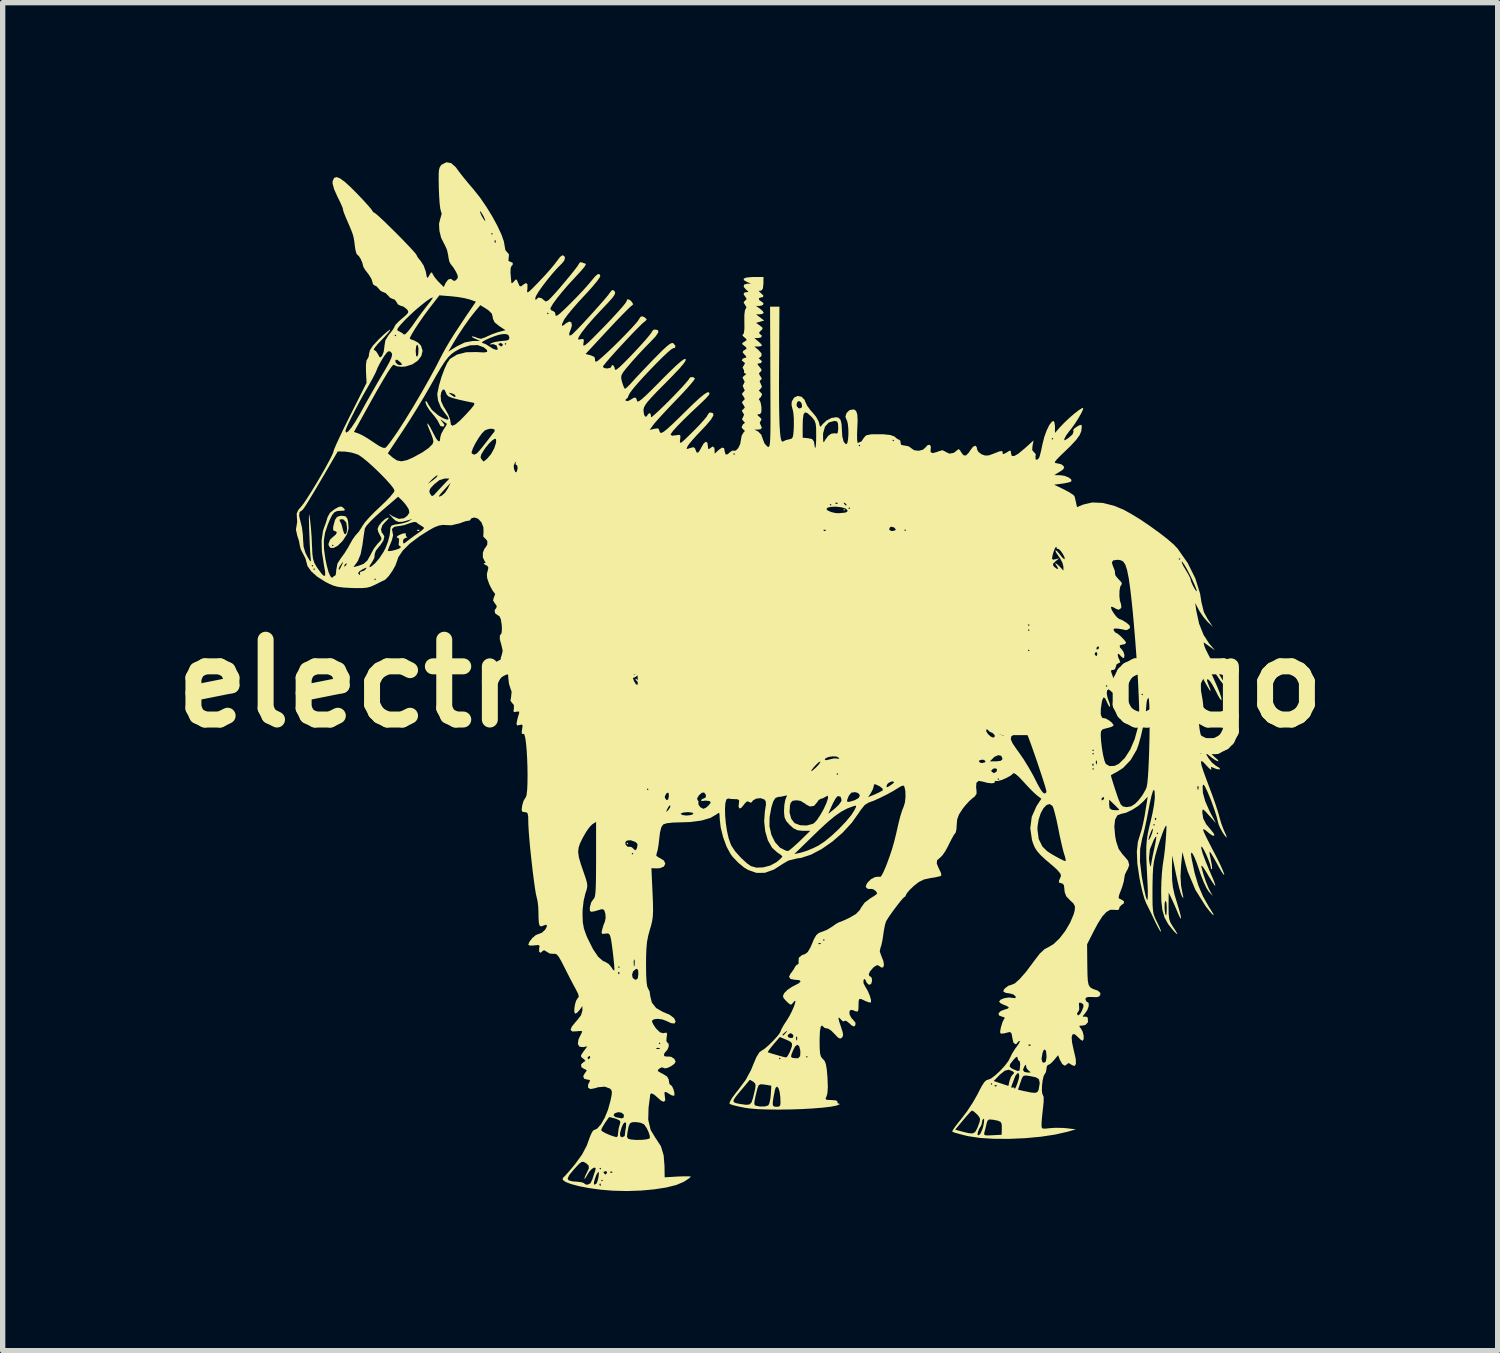
<source format=kicad_pcb>
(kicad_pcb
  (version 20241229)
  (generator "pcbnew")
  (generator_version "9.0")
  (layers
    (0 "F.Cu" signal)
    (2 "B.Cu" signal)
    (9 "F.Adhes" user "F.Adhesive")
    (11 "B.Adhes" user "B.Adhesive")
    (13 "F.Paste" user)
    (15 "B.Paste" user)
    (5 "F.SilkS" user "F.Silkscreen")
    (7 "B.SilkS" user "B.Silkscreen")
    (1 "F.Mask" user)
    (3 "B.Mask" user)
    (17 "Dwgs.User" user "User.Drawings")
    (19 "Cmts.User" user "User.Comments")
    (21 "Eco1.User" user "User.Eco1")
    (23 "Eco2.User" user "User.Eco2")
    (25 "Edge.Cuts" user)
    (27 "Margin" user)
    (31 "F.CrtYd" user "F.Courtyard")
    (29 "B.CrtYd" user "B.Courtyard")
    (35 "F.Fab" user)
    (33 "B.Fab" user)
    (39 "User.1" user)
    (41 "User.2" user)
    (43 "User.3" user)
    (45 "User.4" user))
  (footprint "electrodonkey_logo"
    (layer "F.Cu")
    (at 11.05 9.796)
    (property "Reference" "electrodonkey_logo" (at 0 0 0) (layer "F.SilkS") (effects (font (size 1.5 1.5) (thickness 0.3))))
    (attr board_only exclude_from_pos_files exclude_from_bom)
    (fp_poly (pts (xy -2.292 3.008) (xy -2.308 3.024) (xy -2.324 3.008) (xy -2.308 2.992)) (stroke (width 0) (type solid)) (fill yes) (layer "F.SilkS"))
    (fp_poly (pts (xy 1.782 -3.263) (xy 1.767 -3.247) (xy 1.751 -3.263) (xy 1.767 -3.278)) (stroke (width 0) (type solid)) (fill yes) (layer "F.SilkS"))
    (fp_poly (pts (xy -6.217 -2.886) (xy -6.222 -2.867) (xy -6.239 -2.865) (xy -6.265 -2.876) (xy -6.26 -2.886) (xy -6.222 -2.89)) (stroke (width 0) (type solid)) (fill yes) (layer "F.SilkS"))
    (fp_poly (pts (xy -2.138 -0.083) (xy -2.104 -0.053) (xy -2.101 -0.046) (xy -2.116 -0.033) (xy -2.147 -0.062) (xy -2.152 -0.069) (xy -2.155 -0.09)) (stroke (width 0) (type solid)) (fill yes) (layer "F.SilkS"))
    (fp_poly (pts (xy -7.606 -3.142) (xy -7.573 -3.103) (xy -7.557 -3.04) (xy -7.548 -2.916) (xy -7.577 -2.808) (xy -7.65 -2.693) (xy -7.672 -2.666) (xy -7.755 -2.586) (xy -7.832 -2.546) (xy -7.892 -2.549) (xy -7.922 -2.594) (xy -7.862 -2.594) (xy -7.846 -2.578) (xy -7.83 -2.594) (xy -7.846 -2.61) (xy -7.862 -2.594) (xy -7.922 -2.594) (xy -7.923 -2.597) (xy -7.926 -2.622) (xy -7.897 -2.702) (xy -7.846 -2.75) (xy -7.784 -2.803) (xy -7.769 -2.845) (xy -7.802 -2.864) (xy -7.811 -2.865) (xy -7.838 -2.88) (xy -7.838 -2.935) (xy -7.831 -2.972) (xy -7.802 -3.075) (xy -7.8 -3.078) (xy -7.721 -3.078) (xy -7.71 -3.048) (xy -7.682 -2.992) (xy -7.658 -2.904) (xy -7.654 -2.885) (xy -7.63 -2.815) (xy -7.604 -2.803) (xy -7.583 -2.846) (xy -7.576 -2.918) (xy -7.592 -3.026) (xy -7.641 -3.08) (xy -7.678 -3.087) (xy -7.721 -3.078) (xy -7.8 -3.078) (xy -7.766 -3.129) (xy -7.71 -3.149) (xy -7.67 -3.151)) (stroke (width 0) (type solid)) (fill yes) (layer "F.SilkS"))
    (fp_poly (pts (xy -5.62 -9.78) (xy -5.534 -9.704) (xy -5.514 -9.676) (xy -5.463 -9.607) (xy -5.382 -9.504) (xy -5.283 -9.384) (xy -5.196 -9.282) (xy -5.076 -9.131) (xy -4.958 -8.959) (xy -4.847 -8.778) (xy -4.751 -8.601) (xy -4.676 -8.44) (xy -4.629 -8.307) (xy -4.615 -8.225) (xy -4.6 -8.142) (xy -4.567 -8.105) (xy -4.533 -8.066) (xy -4.538 -8.006) (xy -4.544 -7.945) (xy -4.513 -7.926) (xy -4.507 -7.926) (xy -4.462 -7.906) (xy -4.465 -7.866) (xy -4.485 -7.848) (xy -4.501 -7.808) (xy -4.505 -7.729) (xy -4.503 -7.695) (xy -4.495 -7.603) (xy -4.489 -7.539) (xy -4.489 -7.528) (xy -4.471 -7.524) (xy -4.44 -7.556) (xy -4.406 -7.594) (xy -4.384 -7.583) (xy -4.361 -7.528) (xy -4.334 -7.469) (xy -4.306 -7.463) (xy -4.27 -7.492) (xy -4.214 -7.526) (xy -4.186 -7.504) (xy -4.186 -7.425) (xy -4.189 -7.405) (xy -4.193 -7.364) (xy -4.184 -7.35) (xy -4.155 -7.367) (xy -4.099 -7.418) (xy -4.009 -7.51) (xy -3.961 -7.56) (xy -3.851 -7.677) (xy -3.75 -7.791) (xy -3.671 -7.887) (xy -3.636 -7.934) (xy -3.57 -8.02) (xy -3.523 -8.05) (xy -3.49 -8.026) (xy -3.481 -8.006) (xy -3.491 -7.954) (xy -3.541 -7.89) (xy -3.545 -7.887) (xy -3.625 -7.807) (xy -3.718 -7.702) (xy -3.814 -7.585) (xy -3.903 -7.469) (xy -3.977 -7.364) (xy -4.025 -7.283) (xy -4.04 -7.242) (xy -4.032 -7.207) (xy -4.021 -7.217) (xy -3.98 -7.254) (xy -3.921 -7.242) (xy -3.883 -7.209) (xy -3.841 -7.178) (xy -3.794 -7.201) (xy -3.744 -7.25) (xy -3.668 -7.332) (xy -3.577 -7.436) (xy -3.481 -7.55) (xy -3.387 -7.663) (xy -3.305 -7.765) (xy -3.245 -7.844) (xy -3.216 -7.89) (xy -3.215 -7.895) (xy -3.192 -7.918) (xy -3.164 -7.913) (xy -3.114 -7.896) (xy -3.101 -7.894) (xy -3.087 -7.88) (xy -3.111 -7.836) (xy -3.175 -7.758) (xy -3.282 -7.642) (xy -3.295 -7.628) (xy -3.421 -7.492) (xy -3.537 -7.357) (xy -3.636 -7.234) (xy -3.709 -7.132) (xy -3.75 -7.061) (xy -3.756 -7.039) (xy -3.73 -7.007) (xy -3.708 -7.003) (xy -3.669 -6.975) (xy -3.66 -6.932) (xy -3.653 -6.909) (xy -3.626 -6.915) (xy -3.574 -6.955) (xy -3.49 -7.032) (xy -3.382 -7.138) (xy -3.261 -7.261) (xy -3.145 -7.383) (xy -3.049 -7.49) (xy -2.992 -7.558) (xy -2.915 -7.65) (xy -2.865 -7.693) (xy -2.833 -7.693) (xy -2.816 -7.663) (xy -2.831 -7.627) (xy -2.883 -7.555) (xy -2.966 -7.455) (xy -3.07 -7.339) (xy -3.117 -7.289) (xy -3.237 -7.159) (xy -3.346 -7.034) (xy -3.433 -6.927) (xy -3.489 -6.85) (xy -3.498 -6.835) (xy -3.537 -6.752) (xy -3.538 -6.72) (xy -3.501 -6.737) (xy -3.463 -6.769) (xy -3.401 -6.803) (xy -3.36 -6.785) (xy -3.351 -6.726) (xy -3.368 -6.668) (xy -3.401 -6.579) (xy -3.398 -6.539) (xy -3.362 -6.547) (xy -3.324 -6.581) (xy -3.253 -6.652) (xy -3.159 -6.75) (xy -3.052 -6.866) (xy -2.94 -6.989) (xy -2.833 -7.109) (xy -2.74 -7.215) (xy -2.671 -7.297) (xy -2.639 -7.341) (xy -2.599 -7.391) (xy -2.569 -7.391) (xy -2.548 -7.371) (xy -2.537 -7.342) (xy -2.55 -7.303) (xy -2.593 -7.243) (xy -2.673 -7.154) (xy -2.748 -7.075) (xy -2.928 -6.883) (xy -3.072 -6.718) (xy -3.174 -6.587) (xy -3.221 -6.512) (xy -3.238 -6.469) (xy -3.208 -6.465) (xy -3.185 -6.47) (xy -3.138 -6.476) (xy -3.126 -6.449) (xy -3.134 -6.387) (xy -3.137 -6.357) (xy -3.125 -6.348) (xy -3.094 -6.365) (xy -3.038 -6.413) (xy -2.952 -6.496) (xy -2.831 -6.619) (xy -2.738 -6.713) (xy -2.608 -6.85) (xy -2.494 -6.974) (xy -2.404 -7.075) (xy -2.345 -7.148) (xy -2.324 -7.183) (xy -2.307 -7.222) (xy -2.264 -7.211) (xy -2.224 -7.172) (xy -2.198 -7.127) (xy -2.219 -7.106) (xy -2.252 -7.08) (xy -2.32 -7.014) (xy -2.417 -6.916) (xy -2.535 -6.793) (xy -2.666 -6.653) (xy -2.676 -6.643) (xy -3.094 -6.192) (xy -2.996 -6.167) (xy -2.927 -6.137) (xy -2.916 -6.096) (xy -2.917 -6.095) (xy -2.913 -6.054) (xy -2.894 -6.048) (xy -2.858 -6.069) (xy -2.788 -6.128) (xy -2.692 -6.215) (xy -2.58 -6.321) (xy -2.462 -6.437) (xy -2.347 -6.554) (xy -2.243 -6.663) (xy -2.16 -6.754) (xy -2.107 -6.818) (xy -2.097 -6.835) (xy -2.058 -6.893) (xy -2.02 -6.9) (xy -1.973 -6.873) (xy -1.944 -6.843) (xy -1.968 -6.813) (xy -1.983 -6.802) (xy -2.028 -6.764) (xy -2.103 -6.69) (xy -2.2 -6.591) (xy -2.31 -6.475) (xy -2.425 -6.352) (xy -2.536 -6.231) (xy -2.634 -6.121) (xy -2.711 -6.031) (xy -2.758 -5.972) (xy -2.769 -5.952) (xy -2.742 -5.928) (xy -2.69 -5.92) (xy -2.63 -5.931) (xy -2.61 -5.952) (xy -2.597 -5.986) (xy -2.57 -5.976) (xy -2.548 -5.936) (xy -2.545 -5.912) (xy -2.536 -5.893) (xy -2.508 -5.903) (xy -2.455 -5.945) (xy -2.373 -6.024) (xy -2.255 -6.144) (xy -2.195 -6.207) (xy -2.077 -6.334) (xy -1.975 -6.447) (xy -1.899 -6.537) (xy -1.854 -6.596) (xy -1.847 -6.613) (xy -1.82 -6.645) (xy -1.782 -6.652) (xy -1.73 -6.639) (xy -1.728 -6.596) (xy -1.777 -6.523) (xy -1.878 -6.416) (xy -1.882 -6.412) (xy -1.98 -6.312) (xy -2.098 -6.187) (xy -2.214 -6.058) (xy -2.243 -6.024) (xy -2.335 -5.917) (xy -2.391 -5.844) (xy -2.419 -5.791) (xy -2.425 -5.744) (xy -2.414 -5.69) (xy -2.408 -5.666) (xy -2.382 -5.587) (xy -2.359 -5.542) (xy -2.353 -5.538) (xy -2.321 -5.56) (xy -2.263 -5.617) (xy -2.211 -5.674) (xy -2.143 -5.749) (xy -2.043 -5.855) (xy -1.924 -5.98) (xy -1.8 -6.109) (xy -1.789 -6.119) (xy -1.662 -6.248) (xy -1.57 -6.334) (xy -1.507 -6.383) (xy -1.466 -6.4) (xy -1.444 -6.394) (xy -1.404 -6.344) (xy -1.414 -6.309) (xy -1.444 -6.302) (xy -1.483 -6.28) (xy -1.556 -6.218) (xy -1.652 -6.127) (xy -1.764 -6.015) (xy -1.883 -5.892) (xy -2.001 -5.767) (xy -2.108 -5.648) (xy -2.196 -5.545) (xy -2.256 -5.467) (xy -2.279 -5.426) (xy -2.304 -5.367) (xy -2.329 -5.347) (xy -2.345 -5.328) (xy -2.339 -5.315) (xy -2.3 -5.306) (xy -2.251 -5.331) (xy -2.181 -5.372) (xy -2.145 -5.367) (xy -2.127 -5.315) (xy -2.127 -5.313) (xy -2.116 -5.297) (xy -2.088 -5.306) (xy -2.037 -5.343) (xy -1.958 -5.414) (xy -1.847 -5.522) (xy -1.699 -5.671) (xy -1.68 -5.691) (xy -1.516 -5.855) (xy -1.392 -5.974) (xy -1.302 -6.053) (xy -1.244 -6.094) (xy -1.214 -6.1) (xy -1.211 -6.097) (xy -1.214 -6.067) (xy -1.252 -6.009) (xy -1.329 -5.919) (xy -1.448 -5.793) (xy -1.592 -5.646) (xy -1.742 -5.496) (xy -1.851 -5.381) (xy -1.926 -5.296) (xy -1.972 -5.233) (xy -1.997 -5.184) (xy -2.005 -5.142) (xy -2.005 -5.133) (xy -1.995 -5.054) (xy -1.972 -5.014) (xy -1.943 -5.021) (xy -1.929 -5.047) (xy -1.899 -5.081) (xy -1.871 -5.067) (xy -1.863 -5.02) (xy -1.867 -5.004) (xy -1.852 -5.007) (xy -1.8 -5.05) (xy -1.717 -5.126) (xy -1.61 -5.229) (xy -1.515 -5.323) (xy -1.392 -5.45) (xy -1.286 -5.562) (xy -1.205 -5.652) (xy -1.156 -5.711) (xy -1.146 -5.729) (xy -1.122 -5.756) (xy -1.074 -5.758) (xy -1.038 -5.735) (xy -1.053 -5.704) (xy -1.107 -5.637) (xy -1.191 -5.541) (xy -1.3 -5.423) (xy -1.388 -5.332) (xy -1.516 -5.198) (xy -1.634 -5.072) (xy -1.731 -4.966) (xy -1.799 -4.888) (xy -1.821 -4.86) (xy -1.889 -4.765) (xy -1.804 -4.786) (xy -1.742 -4.794) (xy -1.718 -4.783) (xy -1.703 -4.737) (xy -1.69 -4.714) (xy -1.668 -4.708) (xy -1.625 -4.731) (xy -1.556 -4.786) (xy -1.454 -4.879) (xy -1.317 -5.012) (xy -1.247 -5.081) (xy -1.083 -5.242) (xy -0.957 -5.359) (xy -0.866 -5.434) (xy -0.806 -5.471) (xy -0.773 -5.472) (xy -0.764 -5.442) (xy -0.786 -5.409) (xy -0.844 -5.346) (xy -0.927 -5.265) (xy -0.947 -5.247) (xy -1.111 -5.093) (xy -1.253 -4.955) (xy -1.368 -4.838) (xy -1.45 -4.747) (xy -1.491 -4.69) (xy -1.496 -4.678) (xy -1.469 -4.656) (xy -1.398 -4.664) (xy -1.332 -4.674) (xy -1.31 -4.655) (xy -1.315 -4.59) (xy -1.317 -4.581) (xy -1.321 -4.54) (xy -1.314 -4.522) (xy -1.288 -4.532) (xy -1.237 -4.576) (xy -1.153 -4.657) (xy -1.064 -4.745) (xy -0.959 -4.852) (xy -0.874 -4.946) (xy -0.816 -5.016) (xy -0.796 -5.052) (xy -0.77 -5.088) (xy -0.747 -5.093) (xy -0.696 -5.079) (xy -0.692 -5.035) (xy -0.737 -4.959) (xy -0.83 -4.849) (xy -0.901 -4.774) (xy -1.003 -4.667) (xy -1.091 -4.569) (xy -1.152 -4.495) (xy -1.173 -4.464) (xy -1.196 -4.416) (xy -1.178 -4.408) (xy -1.128 -4.425) (xy -1.066 -4.441) (xy -1.036 -4.419) (xy -1.028 -4.393) (xy -1.003 -4.338) (xy -0.972 -4.343) (xy -0.93 -4.41) (xy -0.921 -4.43) (xy -0.873 -4.512) (xy -0.831 -4.544) (xy -0.803 -4.522) (xy -0.796 -4.468) (xy -0.79 -4.41) (xy -0.769 -4.408) (xy -0.758 -4.418) (xy -0.704 -4.454) (xy -0.674 -4.431) (xy -0.668 -4.387) (xy -0.668 -4.318) (xy -0.594 -4.387) (xy -0.529 -4.433) (xy -0.49 -4.422) (xy -0.477 -4.355) (xy -0.462 -4.304) (xy -0.421 -4.308) (xy -0.416 -4.313) (xy -0.318 -4.313) (xy -0.302 -4.297) (xy -0.286 -4.313) (xy -0.302 -4.329) (xy -0.318 -4.313) (xy -0.416 -4.313) (xy -0.382 -4.344) (xy -0.337 -4.376) (xy -0.314 -4.374) (xy -0.269 -4.377) (xy -0.223 -4.425) (xy -0.187 -4.501) (xy -0.174 -4.575) (xy -0.159 -4.658) (xy -0.128 -4.713) (xy -0.125 -4.716) (xy -0.098 -4.746) (xy -0.119 -4.764) (xy -0.156 -4.805) (xy -0.159 -4.822) (xy -0.134 -4.872) (xy -0.119 -4.881) (xy -0.098 -4.902) (xy -0.125 -4.929) (xy -0.154 -4.967) (xy -0.134 -5.005) (xy -0.114 -5.054) (xy -0.136 -5.088) (xy -0.157 -5.128) (xy -0.129 -5.155) (xy -0.1 -5.185) (xy -0.12 -5.227) (xy -0.127 -5.236) (xy -0.155 -5.281) (xy -0.135 -5.311) (xy -0.127 -5.316) (xy -0.1 -5.345) (xy -0.12 -5.386) (xy -0.127 -5.395) (xy -0.155 -5.441) (xy -0.135 -5.47) (xy -0.127 -5.475) (xy -0.101 -5.509) (xy -0.121 -5.546) (xy -0.141 -5.596) (xy -0.122 -5.627) (xy -0.103 -5.672) (xy -0.124 -5.709) (xy -0.144 -5.753) (xy -0.108 -5.788) (xy -0.105 -5.789) (xy -0.074 -5.816) (xy -0.089 -5.824) (xy -0.117 -5.841) (xy -0.113 -5.854) (xy -0.117 -5.895) (xy -0.128 -5.905) (xy -0.142 -5.941) (xy -0.121 -5.976) (xy -0.096 -6.019) (xy -0.119 -6.04) (xy -0.157 -6.07) (xy -0.14 -6.104) (xy -0.106 -6.117) (xy -0.07 -6.129) (xy -0.081 -6.155) (xy -0.106 -6.181) (xy -0.142 -6.224) (xy -0.13 -6.251) (xy -0.104 -6.267) (xy -0.066 -6.294) (xy -0.079 -6.321) (xy -0.109 -6.344) (xy -0.151 -6.38) (xy -0.142 -6.403) (xy -0.109 -6.423) (xy -0.067 -6.452) (xy -0.075 -6.477) (xy -0.111 -6.506) (xy -0.146 -6.542) (xy -0.138 -6.556) (xy -0.118 -6.584) (xy -0.108 -6.668) (xy -0.109 -6.795) (xy -0.109 -6.929) (xy -0.098 -7.015) (xy -0.082 -7.044) (xy -0.07 -7.073) (xy -0.093 -7.111) (xy -0.123 -7.158) (xy -0.106 -7.187) (xy -0.094 -7.195) (xy -0.065 -7.227) (xy -0.088 -7.262) (xy -0.125 -7.317) (xy -0.105 -7.349) (xy -0.072 -7.354) (xy -0.033 -7.358) (xy -0.047 -7.378) (xy -0.072 -7.397) (xy -0.121 -7.453) (xy -0.115 -7.496) (xy -0.056 -7.514) (xy 0.016 -7.516) (xy -0.056 -7.545) (xy -0.118 -7.58) (xy -0.121 -7.61) (xy -0.066 -7.63) (xy 0.041 -7.639) (xy 0.062 -7.639) (xy 0.251 -7.639) (xy 0.249 -7.512) (xy 0.24 -7.425) (xy 0.215 -7.387) (xy 0.195 -7.383) (xy 0.162 -7.378) (xy 0.18 -7.355) (xy 0.199 -7.34) (xy 0.248 -7.291) (xy 0.241 -7.262) (xy 0.207 -7.257) (xy 0.164 -7.241) (xy 0.17 -7.206) (xy 0.207 -7.182) (xy 0.251 -7.147) (xy 0.24 -7.112) (xy 0.183 -7.096) (xy 0.111 -7.095) (xy 0.183 -7.045) (xy 0.236 -6.999) (xy 0.255 -6.967) (xy 0.228 -6.945) (xy 0.183 -6.938) (xy 0.111 -6.937) (xy 0.187 -6.879) (xy 0.263 -6.821) (xy 0.187 -6.799) (xy 0.111 -6.777) (xy 0.183 -6.727) (xy 0.232 -6.687) (xy 0.23 -6.658) (xy 0.199 -6.63) (xy 0.165 -6.59) (xy 0.183 -6.568) (xy 0.221 -6.535) (xy 0.205 -6.504) (xy 0.151 -6.492) (xy 0.08 -6.491) (xy 0.151 -6.431) (xy 0.203 -6.383) (xy 0.223 -6.353) (xy 0.196 -6.338) (xy 0.151 -6.333) (xy 0.08 -6.332) (xy 0.151 -6.272) (xy 0.213 -6.204) (xy 0.213 -6.153) (xy 0.183 -6.13) (xy 0.16 -6.109) (xy 0.183 -6.093) (xy 0.221 -6.056) (xy 0.205 -6.023) (xy 0.17 -6.016) (xy 0.138 -6.01) (xy 0.148 -5.984) (xy 0.177 -5.95) (xy 0.215 -5.899) (xy 0.207 -5.868) (xy 0.192 -5.857) (xy 0.164 -5.828) (xy 0.183 -5.787) (xy 0.193 -5.774) (xy 0.22 -5.727) (xy 0.2 -5.706) (xy 0.177 -5.684) (xy 0.198 -5.634) (xy 0.2 -5.631) (xy 0.222 -5.576) (xy 0.196 -5.539) (xy 0.191 -5.535) (xy 0.162 -5.504) (xy 0.183 -5.486) (xy 0.22 -5.444) (xy 0.223 -5.427) (xy 0.198 -5.377) (xy 0.183 -5.368) (xy 0.162 -5.342) (xy 0.175 -5.326) (xy 0.197 -5.279) (xy 0.211 -5.198) (xy 0.213 -5.18) (xy 0.21 -5.098) (xy 0.187 -5.064) (xy 0.165 -5.06) (xy 0.133 -5.054) (xy 0.151 -5.03) (xy 0.175 -5.011) (xy 0.215 -4.968) (xy 0.2 -4.939) (xy 0.18 -4.898) (xy 0.192 -4.869) (xy 0.22 -4.807) (xy 0.197 -4.778) (xy 0.151 -4.772) (xy 0.08 -4.77) (xy 0.148 -4.737) (xy 0.208 -4.677) (xy 0.237 -4.596) (xy 0.27 -4.511) (xy 0.32 -4.455) (xy 0.322 -4.454) (xy 0.337 -4.447) (xy 0.35 -4.447) (xy 0.36 -4.46) (xy 0.368 -4.492) (xy 0.374 -4.548) (xy 0.378 -4.633) (xy 0.381 -4.753) (xy 0.382 -4.915) (xy 0.382 -5.122) (xy 0.381 -5.381) (xy 0.38 -5.697) (xy 0.38 -5.751) (xy 0.374 -7.082) (xy 0.462 -7.082) (xy 0.55 -7.082) (xy 0.544 -5.997) (xy 0.542 -5.629) (xy 0.543 -5.322) (xy 0.546 -5.071) (xy 0.552 -4.873) (xy 0.561 -4.725) (xy 0.572 -4.623) (xy 0.587 -4.564) (xy 0.605 -4.544) (xy 0.617 -4.548) (xy 0.675 -4.575) (xy 0.732 -4.588) (xy 0.772 -4.598) (xy 0.795 -4.619) (xy 0.987 -4.619) (xy 1.09 -4.609) (xy 1.164 -4.593) (xy 1.197 -4.551) (xy 1.204 -4.512) (xy 1.215 -4.439) (xy 1.226 -4.426) (xy 1.234 -4.469) (xy 1.235 -4.472) (xy 2.037 -4.472) (xy 2.053 -4.456) (xy 2.069 -4.472) (xy 2.053 -4.488) (xy 2.037 -4.472) (xy 1.235 -4.472) (xy 1.24 -4.562) (xy 1.241 -4.654) (xy 1.37 -4.654) (xy 1.372 -4.565) (xy 1.378 -4.532) (xy 1.395 -4.549) (xy 1.418 -4.589) (xy 1.471 -4.658) (xy 1.527 -4.695) (xy 1.594 -4.703) (xy 1.623 -4.695) (xy 1.644 -4.709) (xy 1.655 -4.777) (xy 1.655 -4.804) (xy 1.651 -4.887) (xy 1.631 -4.925) (xy 1.585 -4.934) (xy 1.582 -4.934) (xy 1.479 -4.906) (xy 1.407 -4.827) (xy 1.372 -4.706) (xy 1.37 -4.654) (xy 1.241 -4.654) (xy 1.241 -4.673) (xy 1.24 -4.8) (xy 1.231 -4.883) (xy 1.21 -4.941) (xy 1.171 -4.993) (xy 1.141 -5.024) (xy 1.075 -5.082) (xy 1.031 -5.095) (xy 1.004 -5.059) (xy 0.991 -4.968) (xy 0.987 -4.832) (xy 0.987 -4.619) (xy 0.795 -4.619) (xy 0.797 -4.621) (xy 0.81 -4.672) (xy 0.818 -4.764) (xy 0.821 -4.846) (xy 0.821 -4.973) (xy 0.813 -5.081) (xy 0.799 -5.15) (xy 0.796 -5.155) (xy 0.777 -5.236) (xy 0.778 -5.239) (xy 0.871 -5.239) (xy 0.878 -5.208) (xy 0.916 -5.168) (xy 0.959 -5.178) (xy 0.976 -5.206) (xy 0.969 -5.256) (xy 0.956 -5.283) (xy 0.918 -5.309) (xy 0.884 -5.289) (xy 0.871 -5.239) (xy 0.778 -5.239) (xy 0.782 -5.298) (xy 0.826 -5.373) (xy 0.893 -5.404) (xy 0.966 -5.389) (xy 1.023 -5.331) (xy 1.039 -5.288) (xy 1.074 -5.215) (xy 1.139 -5.129) (xy 1.168 -5.098) (xy 1.238 -5.013) (xy 1.286 -4.926) (xy 1.295 -4.898) (xy 1.31 -4.835) (xy 1.327 -4.828) (xy 1.361 -4.872) (xy 1.434 -4.941) (xy 1.527 -4.989) (xy 1.618 -5.004) (xy 1.663 -4.993) (xy 1.699 -4.954) (xy 1.718 -4.876) (xy 1.722 -4.797) (xy 1.732 -4.641) (xy 1.758 -4.542) (xy 1.798 -4.498) (xy 1.806 -4.496) (xy 1.827 -4.52) (xy 1.84 -4.588) (xy 1.847 -4.683) (xy 1.845 -4.786) (xy 1.836 -4.879) (xy 1.82 -4.943) (xy 1.811 -4.956) (xy 1.79 -5.015) (xy 1.812 -5.083) (xy 1.865 -5.135) (xy 1.881 -5.141) (xy 1.948 -5.151) (xy 1.991 -5.124) (xy 2.014 -5.055) (xy 2.02 -4.936) (xy 2.014 -4.804) (xy 2.009 -4.675) (xy 2.011 -4.578) (xy 2.019 -4.526) (xy 2.024 -4.52) (xy 2.093 -4.55) (xy 2.104 -4.568) (xy 2.674 -4.568) (xy 2.69 -4.552) (xy 2.706 -4.568) (xy 2.69 -4.583) (xy 2.674 -4.568) (xy 2.104 -4.568) (xy 2.142 -4.623) (xy 2.18 -4.663) (xy 2.264 -4.681) (xy 2.299 -4.683) (xy 2.494 -4.684) (xy 2.631 -4.67) (xy 2.71 -4.643) (xy 2.725 -4.629) (xy 2.774 -4.59) (xy 2.798 -4.583) (xy 2.825 -4.558) (xy 2.826 -4.528) (xy 2.836 -4.486) (xy 2.892 -4.472) (xy 2.905 -4.472) (xy 2.981 -4.456) (xy 3.023 -4.425) (xy 3.081 -4.384) (xy 3.166 -4.373) (xy 3.247 -4.393) (xy 3.288 -4.428) (xy 3.338 -4.481) (xy 3.38 -4.485) (xy 3.398 -4.443) (xy 3.393 -4.408) (xy 3.391 -4.347) (xy 3.432 -4.329) (xy 3.516 -4.352) (xy 3.546 -4.365) (xy 3.614 -4.384) (xy 3.665 -4.36) (xy 3.674 -4.352) (xy 3.746 -4.319) (xy 3.83 -4.335) (xy 3.887 -4.381) (xy 3.919 -4.406) (xy 3.948 -4.378) (xy 3.959 -4.356) (xy 4.007 -4.29) (xy 4.055 -4.284) (xy 4.11 -4.339) (xy 4.134 -4.377) (xy 4.189 -4.449) (xy 4.235 -4.469) (xy 4.261 -4.436) (xy 4.265 -4.398) (xy 4.292 -4.349) (xy 4.355 -4.304) (xy 4.356 -4.304) (xy 4.421 -4.283) (xy 4.486 -4.287) (xy 4.576 -4.319) (xy 4.595 -4.327) (xy 4.688 -4.363) (xy 4.735 -4.368) (xy 4.748 -4.342) (xy 4.745 -4.316) (xy 4.763 -4.311) (xy 4.816 -4.338) (xy 4.821 -4.341) (xy 4.877 -4.375) (xy 4.899 -4.37) (xy 4.902 -4.33) (xy 4.916 -4.278) (xy 4.961 -4.273) (xy 5.039 -4.317) (xy 5.152 -4.411) (xy 5.159 -4.416) (xy 5.327 -4.568) (xy 5.307 -4.467) (xy 5.301 -4.388) (xy 5.329 -4.351) (xy 5.335 -4.348) (xy 5.369 -4.307) (xy 5.363 -4.265) (xy 5.364 -4.213) (xy 5.395 -4.204) (xy 5.43 -4.238) (xy 5.446 -4.285) (xy 5.469 -4.376) (xy 5.493 -4.491) (xy 5.494 -4.495) (xy 5.52 -4.599) (xy 5.666 -4.599) (xy 5.682 -4.583) (xy 5.697 -4.599) (xy 5.682 -4.615) (xy 5.666 -4.599) (xy 5.52 -4.599) (xy 5.528 -4.632) (xy 5.574 -4.758) (xy 5.624 -4.859) (xy 5.673 -4.921) (xy 5.7 -4.934) (xy 5.719 -4.906) (xy 5.729 -4.837) (xy 5.729 -4.821) (xy 5.729 -4.709) (xy 5.827 -4.82) (xy 5.908 -4.904) (xy 6.001 -4.992) (xy 6.095 -5.073) (xy 6.178 -5.137) (xy 6.237 -5.174) (xy 6.26 -5.178) (xy 6.254 -5.143) (xy 6.22 -5.072) (xy 6.166 -4.979) (xy 6.102 -4.879) (xy 6.036 -4.788) (xy 5.999 -4.743) (xy 5.944 -4.669) (xy 5.909 -4.605) (xy 5.902 -4.572) (xy 5.922 -4.574) (xy 5.981 -4.613) (xy 5.984 -4.615) (xy 6.058 -4.679) (xy 6.079 -4.732) (xy 6.071 -4.758) (xy 6.087 -4.786) (xy 6.135 -4.823) (xy 6.19 -4.854) (xy 6.226 -4.861) (xy 6.228 -4.86) (xy 6.233 -4.82) (xy 6.224 -4.746) (xy 6.222 -4.737) (xy 6.192 -4.666) (xy 6.126 -4.576) (xy 6.018 -4.46) (xy 5.941 -4.385) (xy 5.83 -4.279) (xy 5.761 -4.208) (xy 5.729 -4.166) (xy 5.729 -4.146) (xy 5.755 -4.139) (xy 5.765 -4.139) (xy 5.843 -4.121) (xy 5.887 -4.091) (xy 5.903 -4.055) (xy 5.877 -4.018) (xy 5.82 -3.98) (xy 5.713 -3.915) (xy 5.825 -3.914) (xy 5.91 -3.902) (xy 5.985 -3.872) (xy 6.034 -3.836) (xy 6.039 -3.801) (xy 6.036 -3.797) (xy 5.993 -3.78) (xy 5.91 -3.762) (xy 5.863 -3.755) (xy 5.713 -3.736) (xy 5.899 -3.646) (xy 5.997 -3.594) (xy 6.068 -3.548) (xy 6.096 -3.52) (xy 6.11 -3.465) (xy 6.125 -3.4) (xy 6.143 -3.314) (xy 6.263 -3.363) (xy 6.43 -3.402) (xy 6.628 -3.393) (xy 6.843 -3.339) (xy 7.017 -3.267) (xy 7.165 -3.185) (xy 7.335 -3.081) (xy 7.512 -2.961) (xy 7.684 -2.837) (xy 7.838 -2.718) (xy 7.961 -2.612) (xy 8.033 -2.536) (xy 8.224 -2.263) (xy 8.367 -1.976) (xy 8.457 -1.687) (xy 8.482 -1.528) (xy 8.529 -1.339) (xy 8.597 -1.214) (xy 8.696 -1.066) (xy 8.598 -1.159) (xy 8.519 -1.25) (xy 8.446 -1.358) (xy 8.433 -1.382) (xy 8.365 -1.512) (xy 8.385 -1.369) (xy 8.438 -1.124) (xy 8.522 -0.913) (xy 8.624 -0.755) (xy 8.737 -0.622) (xy 8.629 -0.699) (xy 8.521 -0.775) (xy 8.54 -0.696) (xy 8.563 -0.64) (xy 8.611 -0.544) (xy 8.674 -0.424) (xy 8.745 -0.295) (xy 8.814 -0.173) (xy 8.875 -0.073) (xy 8.918 -0.01) (xy 8.919 -0.008) (xy 8.935 0.026) (xy 8.918 0.032) (xy 8.886 0.007) (xy 8.833 -0.06) (xy 8.77 -0.154) (xy 8.764 -0.163) (xy 8.694 -0.267) (xy 8.65 -0.315) (xy 8.634 -0.307) (xy 8.647 -0.247) (xy 8.692 -0.135) (xy 8.706 -0.104) (xy 8.776 0.053) (xy 8.827 0.18) (xy 8.856 0.27) (xy 8.86 0.314) (xy 8.855 0.317) (xy 8.831 0.289) (xy 8.79 0.219) (xy 8.745 0.129) (xy 8.692 0.03) (xy 8.643 -0.044) (xy 8.612 -0.074) (xy 8.586 -0.077) (xy 8.588 -0.047) (xy 8.612 0.017) (xy 8.648 0.108) (xy 8.655 0.144) (xy 8.637 0.126) (xy 8.594 0.057) (xy 8.528 -0.063) (xy 8.528 -0.064) (xy 8.476 -0.16) (xy 8.441 -0.218) (xy 8.421 -0.234) (xy 8.417 -0.204) (xy 8.427 -0.123) (xy 8.451 0.013) (xy 8.48 0.171) (xy 8.506 0.323) (xy 8.517 0.422) (xy 8.516 0.466) (xy 8.5 0.453) (xy 8.472 0.384) (xy 8.443 0.317) (xy 8.42 0.287) (xy 8.419 0.286) (xy 8.411 0.315) (xy 8.409 0.392) (xy 8.413 0.501) (xy 8.422 0.625) (xy 8.434 0.751) (xy 8.448 0.862) (xy 8.463 0.942) (xy 8.465 0.95) (xy 8.519 1.086) (xy 8.597 1.224) (xy 8.686 1.341) (xy 8.745 1.397) (xy 8.793 1.439) (xy 8.8 1.462) (xy 8.795 1.463) (xy 8.749 1.445) (xy 8.679 1.398) (xy 8.653 1.377) (xy 8.548 1.289) (xy 8.612 1.401) (xy 8.679 1.486) (xy 8.758 1.551) (xy 8.77 1.557) (xy 8.823 1.59) (xy 8.83 1.613) (xy 8.826 1.615) (xy 8.771 1.611) (xy 8.718 1.59) (xy 8.669 1.568) (xy 8.661 1.585) (xy 8.669 1.612) (xy 8.662 1.623) (xy 8.624 1.593) (xy 8.578 1.544) (xy 8.521 1.482) (xy 8.485 1.458) (xy 8.473 1.474) (xy 8.483 1.536) (xy 8.518 1.646) (xy 8.577 1.809) (xy 8.625 1.937) (xy 8.687 2.103) (xy 8.743 2.261) (xy 8.787 2.395) (xy 8.815 2.489) (xy 8.817 2.5) (xy 8.852 2.623) (xy 8.898 2.745) (xy 8.91 2.773) (xy 8.944 2.848) (xy 8.96 2.892) (xy 8.959 2.896) (xy 8.929 2.871) (xy 8.885 2.808) (xy 8.84 2.728) (xy 8.806 2.652) (xy 8.797 2.62) (xy 8.769 2.507) (xy 8.721 2.358) (xy 8.663 2.197) (xy 8.6 2.045) (xy 8.589 2.021) (xy 8.547 1.934) (xy 8.523 1.9) (xy 8.51 1.913) (xy 8.504 1.94) (xy 8.51 2.058) (xy 8.553 2.213) (xy 8.631 2.392) (xy 8.661 2.451) (xy 8.755 2.626) (xy 8.627 2.483) (xy 8.556 2.405) (xy 8.518 2.37) (xy 8.502 2.375) (xy 8.499 2.414) (xy 8.499 2.429) (xy 8.516 2.539) (xy 8.572 2.647) (xy 8.668 2.761) (xy 8.72 2.829) (xy 8.723 2.863) (xy 8.687 2.858) (xy 8.62 2.81) (xy 8.604 2.796) (xy 8.55 2.752) (xy 8.518 2.74) (xy 8.517 2.74) (xy 8.514 2.751) (xy 8.521 2.775) (xy 8.54 2.82) (xy 8.575 2.894) (xy 8.631 3.004) (xy 8.71 3.157) (xy 8.781 3.294) (xy 8.839 3.413) (xy 8.884 3.514) (xy 8.909 3.581) (xy 8.911 3.596) (xy 8.898 3.592) (xy 8.862 3.541) (xy 8.81 3.452) (xy 8.78 3.397) (xy 8.72 3.288) (xy 8.672 3.207) (xy 8.642 3.165) (xy 8.636 3.162) (xy 8.635 3.198) (xy 8.649 3.274) (xy 8.66 3.324) (xy 8.678 3.414) (xy 8.682 3.477) (xy 8.678 3.492) (xy 8.661 3.484) (xy 8.658 3.46) (xy 8.646 3.404) (xy 8.617 3.322) (xy 8.578 3.229) (xy 8.537 3.144) (xy 8.502 3.083) (xy 8.48 3.064) (xy 8.479 3.064) (xy 8.48 3.105) (xy 8.505 3.194) (xy 8.553 3.325) (xy 8.62 3.488) (xy 8.672 3.609) (xy 8.714 3.706) (xy 8.739 3.778) (xy 8.744 3.807) (xy 8.724 3.787) (xy 8.681 3.724) (xy 8.622 3.629) (xy 8.598 3.588) (xy 8.533 3.481) (xy 8.494 3.429) (xy 8.481 3.43) (xy 8.483 3.454) (xy 8.517 3.58) (xy 8.565 3.723) (xy 8.618 3.852) (xy 8.65 3.915) (xy 8.697 3.995) (xy 8.62 3.913) (xy 8.577 3.846) (xy 8.524 3.733) (xy 8.468 3.591) (xy 8.44 3.508) (xy 8.391 3.365) (xy 8.348 3.26) (xy 8.314 3.196) (xy 8.292 3.178) (xy 8.286 3.212) (xy 8.296 3.286) (xy 8.354 3.562) (xy 8.423 3.794) (xy 8.511 4.002) (xy 8.625 4.204) (xy 8.66 4.257) (xy 8.704 4.331) (xy 8.713 4.358) (xy 8.69 4.343) (xy 8.64 4.287) (xy 8.567 4.195) (xy 8.566 4.194) (xy 8.369 3.88) (xy 8.225 3.537) (xy 8.186 3.406) (xy 8.124 3.167) (xy 8.1 3.416) (xy 8.089 3.623) (xy 8.099 3.799) (xy 8.132 3.975) (xy 8.133 3.979) (xy 8.144 4.031) (xy 8.134 4.027) (xy 8.114 3.998) (xy 8.093 3.943) (xy 8.063 3.841) (xy 8.031 3.708) (xy 8.004 3.584) (xy 7.931 3.231) (xy 7.928 3.525) (xy 7.931 3.692) (xy 7.946 3.83) (xy 7.977 3.971) (xy 8.02 4.113) (xy 8.062 4.252) (xy 8.089 4.353) (xy 8.099 4.411) (xy 8.092 4.421) (xy 8.067 4.378) (xy 8.037 4.309) (xy 7.989 4.195) (xy 7.935 4.076) (xy 7.927 4.058) (xy 7.867 3.931) (xy 7.864 4.189) (xy 7.866 4.328) (xy 7.876 4.423) (xy 7.899 4.493) (xy 7.935 4.555) (xy 8.002 4.658) (xy 8.03 4.71) (xy 8.02 4.712) (xy 7.971 4.663) (xy 7.956 4.647) (xy 7.857 4.524) (xy 7.789 4.4) (xy 7.748 4.259) (xy 7.742 4.206) (xy 7.789 4.206) (xy 7.794 4.284) (xy 7.806 4.344) (xy 7.818 4.361) (xy 7.825 4.332) (xy 7.829 4.26) (xy 7.83 4.211) (xy 7.825 4.127) (xy 7.812 4.089) (xy 7.802 4.092) (xy 7.791 4.133) (xy 7.789 4.206) (xy 7.742 4.206) (xy 7.728 4.085) (xy 7.725 3.898) (xy 7.729 3.733) (xy 7.739 3.571) (xy 7.752 3.435) (xy 7.761 3.373) (xy 7.779 3.257) (xy 7.797 3.106) (xy 7.811 2.949) (xy 7.814 2.912) (xy 7.822 2.778) (xy 7.825 2.7) (xy 7.82 2.671) (xy 7.808 2.683) (xy 7.785 2.729) (xy 7.781 2.737) (xy 7.748 2.82) (xy 7.705 2.941) (xy 7.66 3.079) (xy 7.648 3.119) (xy 7.614 3.239) (xy 7.59 3.347) (xy 7.575 3.46) (xy 7.567 3.597) (xy 7.563 3.773) (xy 7.562 3.852) (xy 7.562 4.035) (xy 7.564 4.167) (xy 7.571 4.262) (xy 7.583 4.334) (xy 7.605 4.396) (xy 7.636 4.462) (xy 7.648 4.485) (xy 7.692 4.578) (xy 7.719 4.645) (xy 7.723 4.67) (xy 7.704 4.65) (xy 7.666 4.585) (xy 7.617 4.488) (xy 7.607 4.466) (xy 7.547 4.34) (xy 7.488 4.22) (xy 7.444 4.132) (xy 7.413 4.053) (xy 7.377 3.929) (xy 7.342 3.779) (xy 7.317 3.655) (xy 7.277 3.385) (xy 7.276 3.35) (xy 7.327 3.35) (xy 7.361 3.632) (xy 7.369 3.676) (xy 7.405 3.868) (xy 7.434 3.997) (xy 7.455 4.063) (xy 7.468 4.067) (xy 7.474 4.007) (xy 7.474 3.885) (xy 7.466 3.7) (xy 7.462 3.621) (xy 7.451 3.393) (xy 7.447 3.287) (xy 7.496 3.287) (xy 7.503 3.356) (xy 7.518 3.428) (xy 7.529 3.441) (xy 7.536 3.406) (xy 7.548 3.334) (xy 7.569 3.225) (xy 7.593 3.113) (xy 7.621 2.979) (xy 7.634 2.901) (xy 7.632 2.875) (xy 7.614 2.894) (xy 7.586 2.941) (xy 7.513 3.119) (xy 7.496 3.287) (xy 7.447 3.287) (xy 7.445 3.215) (xy 7.446 3.071) (xy 7.455 2.948) (xy 7.456 2.939) (xy 7.486 2.939) (xy 7.494 2.944) (xy 7.521 2.898) (xy 7.529 2.881) (xy 7.553 2.817) (xy 7.639 2.817) (xy 7.655 2.833) (xy 7.671 2.817) (xy 7.655 2.801) (xy 7.639 2.817) (xy 7.553 2.817) (xy 7.559 2.8) (xy 7.572 2.738) (xy 7.572 2.737) (xy 7.562 2.732) (xy 7.538 2.776) (xy 7.528 2.801) (xy 7.497 2.888) (xy 7.486 2.939) (xy 7.456 2.939) (xy 7.472 2.832) (xy 7.499 2.707) (xy 7.511 2.658) (xy 7.575 2.658) (xy 7.591 2.674) (xy 7.607 2.658) (xy 7.591 2.642) (xy 7.575 2.658) (xy 7.511 2.658) (xy 7.529 2.585) (xy 7.538 2.546) (xy 7.607 2.546) (xy 7.619 2.573) (xy 7.628 2.568) (xy 7.632 2.53) (xy 7.628 2.525) (xy 7.61 2.53) (xy 7.607 2.546) (xy 7.538 2.546) (xy 7.564 2.432) (xy 7.591 2.282) (xy 7.605 2.159) (xy 7.606 2.121) (xy 7.602 2.028) (xy 7.589 1.997) (xy 7.569 2.027) (xy 7.542 2.117) (xy 7.509 2.266) (xy 7.482 2.406) (xy 7.451 2.567) (xy 7.417 2.722) (xy 7.386 2.85) (xy 7.369 2.91) (xy 7.33 3.111) (xy 7.327 3.35) (xy 7.276 3.35) (xy 7.268 3.162) (xy 7.288 2.975) (xy 7.332 2.832) (xy 7.358 2.75) (xy 7.387 2.628) (xy 7.415 2.485) (xy 7.425 2.425) (xy 7.472 2.128) (xy 7.385 2.223) (xy 7.293 2.303) (xy 7.179 2.376) (xy 7.066 2.43) (xy 6.975 2.451) (xy 6.973 2.451) (xy 6.902 2.479) (xy 6.859 2.56) (xy 6.845 2.69) (xy 6.86 2.864) (xy 6.879 2.967) (xy 6.926 3.11) (xy 7.005 3.219) (xy 7.023 3.237) (xy 7.103 3.331) (xy 7.125 3.415) (xy 7.093 3.499) (xy 7.081 3.515) (xy 7.043 3.595) (xy 7.034 3.649) (xy 7.023 3.72) (xy 6.994 3.821) (xy 6.972 3.88) (xy 6.937 3.972) (xy 6.925 4.021) (xy 6.937 4.045) (xy 6.972 4.059) (xy 7.026 4.093) (xy 7.024 4.134) (xy 6.987 4.158) (xy 6.944 4.2) (xy 6.939 4.225) (xy 6.923 4.257) (xy 6.866 4.258) (xy 6.844 4.254) (xy 6.769 4.255) (xy 6.697 4.295) (xy 6.621 4.377) (xy 6.536 4.51) (xy 6.458 4.656) (xy 6.333 4.903) (xy 6.337 5.297) (xy 6.34 5.466) (xy 6.346 5.583) (xy 6.36 5.659) (xy 6.387 5.707) (xy 6.432 5.737) (xy 6.499 5.762) (xy 6.535 5.774) (xy 6.58 5.815) (xy 6.582 5.849) (xy 6.561 5.884) (xy 6.508 5.897) (xy 6.437 5.894) (xy 6.349 5.893) (xy 6.309 5.91) (xy 6.302 5.934) (xy 6.319 5.978) (xy 6.334 5.984) (xy 6.363 6.008) (xy 6.363 6.066) (xy 6.337 6.14) (xy 6.294 6.202) (xy 6.253 6.253) (xy 6.258 6.266) (xy 6.276 6.262) (xy 6.33 6.267) (xy 6.346 6.288) (xy 6.35 6.367) (xy 6.303 6.418) (xy 6.246 6.43) (xy 6.19 6.434) (xy 6.191 6.456) (xy 6.218 6.488) (xy 6.25 6.546) (xy 6.268 6.619) (xy 6.269 6.683) (xy 6.25 6.715) (xy 6.246 6.716) (xy 6.209 6.694) (xy 6.166 6.652) (xy 6.103 6.594) (xy 6.061 6.593) (xy 6.043 6.645) (xy 6.05 6.747) (xy 6.082 6.895) (xy 6.088 6.918) (xy 6.12 7.06) (xy 6.123 7.151) (xy 6.099 7.19) (xy 6.048 7.174) (xy 6.031 7.161) (xy 5.985 7.134) (xy 5.955 7.157) (xy 5.953 7.16) (xy 5.913 7.185) (xy 5.866 7.154) (xy 5.822 7.074) (xy 5.82 7.071) (xy 5.788 6.987) (xy 5.71 7.082) (xy 5.653 7.141) (xy 5.608 7.169) (xy 5.601 7.17) (xy 5.578 7.19) (xy 5.57 7.239) (xy 5.559 7.306) (xy 5.541 7.335) (xy 5.517 7.377) (xy 5.498 7.459) (xy 5.486 7.557) (xy 5.483 7.65) (xy 5.491 7.715) (xy 5.5 7.731) (xy 5.517 7.773) (xy 5.516 7.87) (xy 5.505 7.974) (xy 5.491 8.101) (xy 5.48 8.215) (xy 5.476 8.288) (xy 5.478 8.343) (xy 5.498 8.367) (xy 5.553 8.368) (xy 5.621 8.36) (xy 5.742 8.352) (xy 5.882 8.355) (xy 5.945 8.36) (xy 6.122 8.381) (xy 5.966 8.426) (xy 5.734 8.479) (xy 5.463 8.52) (xy 5.171 8.547) (xy 4.872 8.56) (xy 4.584 8.559) (xy 4.322 8.543) (xy 4.102 8.51) (xy 4.065 8.502) (xy 3.997 8.485) (xy 4.273 8.485) (xy 4.298 8.493) (xy 4.3 8.492) (xy 4.319 8.471) (xy 4.397 8.471) (xy 4.412 8.491) (xy 4.465 8.496) (xy 4.555 8.492) (xy 4.727 8.483) (xy 4.73 8.36) (xy 4.728 8.285) (xy 4.708 8.242) (xy 4.654 8.218) (xy 4.563 8.2) (xy 4.492 8.195) (xy 4.459 8.222) (xy 4.445 8.269) (xy 4.422 8.365) (xy 4.405 8.429) (xy 4.397 8.471) (xy 4.319 8.471) (xy 4.332 8.455) (xy 4.365 8.378) (xy 4.38 8.329) (xy 4.396 8.243) (xy 4.397 8.189) (xy 4.389 8.18) (xy 4.365 8.207) (xy 4.361 8.237) (xy 4.346 8.303) (xy 4.332 8.325) (xy 4.301 8.378) (xy 4.281 8.431) (xy 4.273 8.485) (xy 3.997 8.485) (xy 3.947 8.472) (xy 3.854 8.446) (xy 3.803 8.428) (xy 3.799 8.425) (xy 3.81 8.395) (xy 3.815 8.387) (xy 3.854 8.387) (xy 3.988 8.424) (xy 4.107 8.453) (xy 4.182 8.458) (xy 4.229 8.432) (xy 4.264 8.369) (xy 4.283 8.323) (xy 4.315 8.235) (xy 4.321 8.182) (xy 4.3 8.14) (xy 4.264 8.099) (xy 4.208 8.048) (xy 4.17 8.028) (xy 4.167 8.028) (xy 4.137 8.056) (xy 4.079 8.119) (xy 4.005 8.205) (xy 4 8.212) (xy 3.854 8.387) (xy 3.815 8.387) (xy 3.855 8.328) (xy 3.926 8.237) (xy 3.97 8.183) (xy 4.077 8.042) (xy 4.185 7.878) (xy 4.273 7.723) (xy 4.283 7.703) (xy 4.317 7.636) (xy 5.034 7.636) (xy 5.167 7.666) (xy 5.287 7.69) (xy 5.36 7.695) (xy 5.4 7.679) (xy 5.421 7.639) (xy 5.423 7.631) (xy 5.443 7.512) (xy 5.427 7.438) (xy 5.37 7.403) (xy 5.363 7.401) (xy 5.245 7.377) (xy 5.173 7.368) (xy 5.133 7.38) (xy 5.108 7.419) (xy 5.084 7.489) (xy 5.082 7.495) (xy 5.034 7.636) (xy 4.317 7.636) (xy 4.337 7.599) (xy 4.906 7.599) (xy 4.928 7.595) (xy 4.962 7.596) (xy 4.968 7.613) (xy 4.978 7.618) (xy 4.998 7.579) (xy 5.023 7.515) (xy 5.045 7.445) (xy 5.058 7.386) (xy 5.058 7.377) (xy 5.048 7.327) (xy 5.02 7.329) (xy 4.984 7.378) (xy 4.972 7.408) (xy 4.939 7.496) (xy 4.916 7.557) (xy 4.906 7.599) (xy 4.337 7.599) (xy 4.35 7.573) (xy 4.362 7.554) (xy 4.594 7.554) (xy 4.598 7.573) (xy 4.615 7.575) (xy 4.641 7.564) (xy 4.637 7.554) (xy 4.599 7.55) (xy 4.594 7.554) (xy 4.362 7.554) (xy 4.379 7.528) (xy 4.52 7.528) (xy 4.536 7.544) (xy 4.552 7.528) (xy 4.536 7.512) (xy 4.52 7.528) (xy 4.379 7.528) (xy 4.401 7.494) (xy 4.424 7.473) (xy 4.578 7.473) (xy 4.716 7.519) (xy 4.854 7.565) (xy 4.875 7.471) (xy 4.903 7.394) (xy 4.938 7.349) (xy 4.964 7.32) (xy 4.934 7.289) (xy 4.859 7.26) (xy 4.784 7.28) (xy 4.696 7.351) (xy 4.682 7.365) (xy 4.578 7.473) (xy 4.424 7.473) (xy 4.444 7.455) (xy 4.472 7.448) (xy 4.529 7.425) (xy 4.609 7.364) (xy 4.699 7.281) (xy 4.775 7.198) (xy 4.876 7.198) (xy 4.908 7.232) (xy 4.942 7.25) (xy 5.02 7.282) (xy 5.058 7.28) (xy 5.065 7.265) (xy 5.065 7.263) (xy 5.127 7.263) (xy 5.153 7.301) (xy 5.212 7.313) (xy 5.268 7.314) (xy 5.267 7.301) (xy 5.244 7.287) (xy 5.197 7.235) (xy 5.188 7.2) (xy 5.183 7.164) (xy 5.161 7.187) (xy 5.156 7.193) (xy 5.127 7.263) (xy 5.065 7.263) (xy 5.076 7.16) (xy 5.068 7.105) (xy 5.057 7.098) (xy 5.033 7.072) (xy 5.03 7.057) (xy 5.476 7.057) (xy 5.493 7.118) (xy 5.522 7.13) (xy 5.556 7.109) (xy 5.569 7.039) (xy 5.57 7.003) (xy 5.562 6.915) (xy 5.541 6.878) (xy 5.514 6.895) (xy 5.495 6.947) (xy 5.476 7.057) (xy 5.03 7.057) (xy 5.028 7.042) (xy 5.019 7.015) (xy 4.989 7.032) (xy 4.948 7.076) (xy 4.889 7.151) (xy 4.876 7.198) (xy 4.775 7.198) (xy 4.784 7.188) (xy 4.852 7.1) (xy 4.886 7.034) (xy 4.921 6.961) (xy 4.979 6.869) (xy 5.004 6.835) (xy 5.035 6.79) (xy 5.231 6.79) (xy 5.235 6.809) (xy 5.252 6.812) (xy 5.278 6.8) (xy 5.273 6.79) (xy 5.235 6.786) (xy 5.231 6.79) (xy 5.035 6.79) (xy 5.052 6.767) (xy 5.07 6.724) (xy 5.064 6.716) (xy 5.031 6.739) (xy 5.029 6.748) (xy 5.003 6.776) (xy 4.983 6.78) (xy 4.947 6.749) (xy 4.928 6.661) (xy 4.928 6.66) (xy 4.913 6.579) (xy 4.885 6.552) (xy 4.87 6.553) (xy 4.767 6.579) (xy 4.713 6.582) (xy 4.697 6.556) (xy 4.707 6.493) (xy 4.715 6.457) (xy 4.742 6.369) (xy 4.771 6.308) (xy 4.781 6.298) (xy 4.783 6.278) (xy 4.74 6.265) (xy 4.677 6.24) (xy 4.668 6.2) (xy 4.67 6.198) (xy 6.145 6.198) (xy 6.153 6.233) (xy 6.17 6.239) (xy 6.201 6.213) (xy 6.233 6.158) (xy 6.265 6.076) (xy 6.261 6.03) (xy 6.221 6.004) (xy 6.219 6.003) (xy 6.183 6) (xy 6.179 6.041) (xy 6.183 6.064) (xy 6.185 6.13) (xy 6.171 6.162) (xy 6.145 6.198) (xy 4.67 6.198) (xy 4.71 6.158) (xy 4.766 6.136) (xy 4.846 6.11) (xy 4.862 6.087) (xy 4.817 6.059) (xy 4.774 6.043) (xy 4.708 6.012) (xy 4.679 5.981) (xy 4.679 5.98) (xy 4.707 5.944) (xy 4.775 5.916) (xy 4.858 5.903) (xy 4.924 5.909) (xy 4.982 5.916) (xy 4.993 5.892) (xy 4.991 5.885) (xy 4.951 5.847) (xy 4.899 5.831) (xy 4.802 5.815) (xy 4.76 5.793) (xy 4.766 5.759) (xy 4.791 5.729) (xy 4.856 5.681) (xy 4.908 5.666) (xy 4.975 5.638) (xy 5.067 5.555) (xy 5.184 5.422) (xy 5.321 5.239) (xy 5.34 5.213) (xy 5.444 5.078) (xy 5.533 4.995) (xy 5.593 4.964) (xy 5.701 4.901) (xy 5.814 4.793) (xy 5.923 4.652) (xy 6.015 4.495) (xy 6.082 4.336) (xy 6.101 4.261) (xy 6.105 4.192) (xy 6.077 4.136) (xy 6.015 4.078) (xy 5.941 4.001) (xy 5.911 3.92) (xy 5.907 3.873) (xy 5.898 3.793) (xy 5.87 3.76) (xy 5.845 3.756) (xy 5.803 3.74) (xy 5.805 3.708) (xy 5.835 3.636) (xy 5.843 3.616) (xy 5.829 3.571) (xy 5.767 3.499) (xy 5.694 3.433) (xy 5.556 3.316) (xy 5.459 3.226) (xy 5.393 3.151) (xy 5.348 3.08) (xy 5.315 3) (xy 5.297 2.941) (xy 5.268 2.743) (xy 5.4 2.743) (xy 5.423 2.923) (xy 5.492 3.064) (xy 5.58 3.151) (xy 5.645 3.195) (xy 5.732 3.246) (xy 5.822 3.295) (xy 5.895 3.33) (xy 5.927 3.341) (xy 5.931 3.315) (xy 5.916 3.249) (xy 5.905 3.217) (xy 5.881 3.135) (xy 5.851 3.008) (xy 5.817 2.856) (xy 5.791 2.724) (xy 5.76 2.573) (xy 5.728 2.443) (xy 5.701 2.347) (xy 5.682 2.302) (xy 5.647 2.279) (xy 6.748 2.279) (xy 6.757 2.347) (xy 6.797 2.375) (xy 6.843 2.381) (xy 6.91 2.383) (xy 6.939 2.378) (xy 6.939 2.378) (xy 6.918 2.351) (xy 6.866 2.298) (xy 6.843 2.276) (xy 6.748 2.184) (xy 6.748 2.279) (xy 5.647 2.279) (xy 5.629 2.267) (xy 5.571 2.285) (xy 5.513 2.346) (xy 5.461 2.44) (xy 5.422 2.559) (xy 5.401 2.691) (xy 5.4 2.743) (xy 5.268 2.743) (xy 5.265 2.721) (xy 5.293 2.506) (xy 5.382 2.306) (xy 5.394 2.288) (xy 5.473 2.168) (xy 5.469 2.164) (xy 6.605 2.164) (xy 6.607 2.194) (xy 6.619 2.196) (xy 6.651 2.173) (xy 6.652 2.164) (xy 6.642 2.133) (xy 6.638 2.133) (xy 6.611 2.155) (xy 6.605 2.164) (xy 5.469 2.164) (xy 5.386 2.1) (xy 5.323 2.043) (xy 5.236 1.955) (xy 5.143 1.854) (xy 5.134 1.844) (xy 5.055 1.76) (xy 4.991 1.704) (xy 4.953 1.685) (xy 4.949 1.687) (xy 4.902 1.729) (xy 4.822 1.774) (xy 4.733 1.813) (xy 4.657 1.834) (xy 4.626 1.833) (xy 4.596 1.832) (xy 4.6 1.846) (xy 4.591 1.869) (xy 4.539 1.877) (xy 4.461 1.869) (xy 4.376 1.846) (xy 4.373 1.845) (xy 4.294 1.832) (xy 4.252 1.869) (xy 4.247 1.958) (xy 4.253 1.995) (xy 4.256 2.073) (xy 4.221 2.126) (xy 4.189 2.149) (xy 4.124 2.206) (xy 4.045 2.292) (xy 3.995 2.355) (xy 3.925 2.463) (xy 3.891 2.556) (xy 3.883 2.652) (xy 3.877 2.743) (xy 3.863 2.804) (xy 3.854 2.815) (xy 3.827 2.851) (xy 3.784 2.929) (xy 3.732 3.032) (xy 3.73 3.037) (xy 3.673 3.145) (xy 3.614 3.231) (xy 3.568 3.277) (xy 3.568 3.277) (xy 3.514 3.322) (xy 3.507 3.385) (xy 3.546 3.478) (xy 3.556 3.497) (xy 3.588 3.566) (xy 3.593 3.61) (xy 3.591 3.613) (xy 3.551 3.628) (xy 3.468 3.646) (xy 3.394 3.657) (xy 3.269 3.684) (xy 3.169 3.733) (xy 3.076 3.806) (xy 2.999 3.88) (xy 2.947 3.941) (xy 2.931 3.971) (xy 2.913 4.008) (xy 2.904 4.011) (xy 2.876 4.034) (xy 2.822 4.097) (xy 2.754 4.184) (xy 2.682 4.281) (xy 2.616 4.374) (xy 2.567 4.45) (xy 2.555 4.472) (xy 2.534 4.538) (xy 2.514 4.641) (xy 2.502 4.722) (xy 2.485 4.835) (xy 2.464 4.928) (xy 2.449 4.968) (xy 2.436 5.039) (xy 2.466 5.123) (xy 2.504 5.218) (xy 2.515 5.293) (xy 2.5 5.337) (xy 2.462 5.338) (xy 2.426 5.31) (xy 2.388 5.294) (xy 2.336 5.323) (xy 2.308 5.347) (xy 2.251 5.415) (xy 2.228 5.472) (xy 2.245 5.504) (xy 2.26 5.507) (xy 2.284 5.534) (xy 2.292 5.586) (xy 2.274 5.649) (xy 2.233 5.664) (xy 2.191 5.627) (xy 2.179 5.598) (xy 2.157 5.554) (xy 2.133 5.569) (xy 2.131 5.572) (xy 2.129 5.631) (xy 2.162 5.696) (xy 2.21 5.778) (xy 2.249 5.869) (xy 2.271 5.948) (xy 2.271 5.994) (xy 2.269 5.996) (xy 2.232 5.995) (xy 2.166 5.969) (xy 2.162 5.967) (xy 2.086 5.931) (xy 2.049 5.933) (xy 2.038 5.983) (xy 2.037 6.048) (xy 2.034 6.135) (xy 2.017 6.169) (xy 1.977 6.161) (xy 1.943 6.144) (xy 1.89 6.135) (xy 1.865 6.167) (xy 1.869 6.223) (xy 1.903 6.288) (xy 1.928 6.314) (xy 1.98 6.377) (xy 1.977 6.426) (xy 1.949 6.448) (xy 1.907 6.427) (xy 1.867 6.39) (xy 1.807 6.342) (xy 1.774 6.341) (xy 1.772 6.345) (xy 1.746 6.354) (xy 1.708 6.318) (xy 1.67 6.279) (xy 1.659 6.29) (xy 1.673 6.353) (xy 1.71 6.464) (xy 1.741 6.562) (xy 1.746 6.619) (xy 1.727 6.656) (xy 1.723 6.66) (xy 1.69 6.676) (xy 1.648 6.654) (xy 1.587 6.589) (xy 1.522 6.524) (xy 1.466 6.488) (xy 1.449 6.486) (xy 1.397 6.474) (xy 1.385 6.462) (xy 1.351 6.428) (xy 1.326 6.454) (xy 1.311 6.541) (xy 1.305 6.69) (xy 1.305 6.719) (xy 1.307 6.86) (xy 1.314 6.953) (xy 1.329 7.011) (xy 1.355 7.048) (xy 1.369 7.061) (xy 1.402 7.099) (xy 1.424 7.159) (xy 1.44 7.254) (xy 1.453 7.398) (xy 1.453 7.402) (xy 1.46 7.583) (xy 1.452 7.704) (xy 1.436 7.76) (xy 1.417 7.804) (xy 1.431 7.824) (xy 1.493 7.83) (xy 1.529 7.83) (xy 1.61 7.837) (xy 1.641 7.855) (xy 1.639 7.862) (xy 1.644 7.891) (xy 1.659 7.894) (xy 1.684 7.904) (xy 1.68 7.911) (xy 1.626 7.934) (xy 1.518 7.955) (xy 1.368 7.973) (xy 1.185 7.988) (xy 0.98 8) (xy 0.764 8.007) (xy 0.547 8.01) (xy 0.339 8.008) (xy 0.151 8.002) (xy -0.006 7.989) (xy -0.092 7.977) (xy -0.217 7.952) (xy -0.319 7.927) (xy -0.38 7.906) (xy -0.388 7.9) (xy -0.382 7.863) (xy -0.362 7.829) (xy -0.311 7.829) (xy -0.311 7.867) (xy -0.269 7.888) (xy -0.191 7.904) (xy -0.08 7.92) (xy -0.013 7.914) (xy -0.003 7.904) (xy 0.078 7.904) (xy 0.088 7.927) (xy 0.104 7.936) (xy 0.183 7.952) (xy 0.274 7.951) (xy 0.339 7.933) (xy 0.362 7.89) (xy 0.364 7.878) (xy 0.424 7.878) (xy 0.427 7.929) (xy 0.448 7.952) (xy 0.488 7.957) (xy 0.494 7.957) (xy 0.54 7.954) (xy 0.564 7.933) (xy 0.57 7.88) (xy 0.567 7.779) (xy 0.567 7.777) (xy 0.553 7.671) (xy 0.53 7.602) (xy 0.503 7.577) (xy 0.477 7.603) (xy 0.465 7.645) (xy 0.437 7.787) (xy 0.424 7.878) (xy 0.364 7.878) (xy 0.38 7.805) (xy 0.387 7.735) (xy 0.398 7.561) (xy 0.278 7.541) (xy 0.2 7.533) (xy 0.16 7.551) (xy 0.137 7.61) (xy 0.13 7.636) (xy 0.098 7.77) (xy 0.081 7.855) (xy 0.078 7.904) (xy -0.003 7.904) (xy 0.026 7.875) (xy 0.053 7.792) (xy 0.069 7.727) (xy 0.094 7.618) (xy 0.102 7.554) (xy 0.091 7.516) (xy 0.062 7.489) (xy 0.056 7.485) (xy 0.007 7.456) (xy -0.011 7.453) (xy -0.033 7.481) (xy -0.086 7.545) (xy -0.16 7.633) (xy -0.186 7.663) (xy -0.269 7.764) (xy -0.311 7.829) (xy -0.362 7.829) (xy -0.338 7.789) (xy -0.261 7.685) (xy -0.226 7.643) (xy -0.084 7.452) (xy 0.018 7.263) (xy 0.054 7.173) (xy 0.106 7.05) (xy 0.541 7.05) (xy 0.557 7.066) (xy 0.573 7.05) (xy 0.557 7.034) (xy 0.541 7.05) (xy 0.106 7.05) (xy 0.117 7.024) (xy 0.172 6.935) (xy 0.177 6.931) (xy 0.332 6.931) (xy 0.365 6.944) (xy 0.437 6.966) (xy 0.527 6.992) (xy 0.613 7.016) (xy 0.672 7.03) (xy 0.676 7.03) (xy 0.693 7.015) (xy 0.768 7.015) (xy 0.786 7.033) (xy 0.82 7.042) (xy 0.901 7.045) (xy 0.927 7.018) (xy 1.05 7.018) (xy 1.066 7.034) (xy 1.082 7.018) (xy 1.066 7.003) (xy 1.05 7.018) (xy 0.927 7.018) (xy 0.94 7.005) (xy 0.944 6.914) (xy 0.944 6.913) (xy 0.923 6.821) (xy 0.889 6.79) (xy 0.846 6.821) (xy 0.811 6.887) (xy 0.777 6.972) (xy 0.768 7.015) (xy 0.693 7.015) (xy 0.702 7.007) (xy 0.737 6.943) (xy 0.748 6.919) (xy 0.784 6.824) (xy 0.787 6.767) (xy 0.752 6.73) (xy 0.677 6.695) (xy 0.607 6.666) (xy 0.862 6.666) (xy 0.868 6.707) (xy 0.879 6.707) (xy 0.886 6.665) (xy 0.881 6.646) (xy 0.867 6.634) (xy 0.862 6.666) (xy 0.607 6.666) (xy 0.558 6.645) (xy 0.439 6.783) (xy 0.377 6.859) (xy 0.339 6.913) (xy 0.332 6.931) (xy 0.177 6.931) (xy 0.209 6.906) (xy 0.265 6.871) (xy 0.342 6.806) (xy 0.425 6.725) (xy 0.501 6.643) (xy 0.528 6.609) (xy 0.605 6.609) (xy 0.62 6.618) (xy 0.626 6.613) (xy 0.703 6.613) (xy 0.718 6.65) (xy 0.74 6.661) (xy 0.797 6.664) (xy 0.813 6.625) (xy 0.808 6.606) (xy 0.769 6.575) (xy 0.745 6.578) (xy 0.703 6.613) (xy 0.626 6.613) (xy 0.663 6.577) (xy 0.672 6.565) (xy 0.7 6.527) (xy 0.684 6.535) (xy 0.66 6.553) (xy 0.616 6.592) (xy 0.605 6.609) (xy 0.528 6.609) (xy 0.554 6.575) (xy 0.573 6.537) (xy 0.59 6.493) (xy 0.634 6.416) (xy 0.689 6.332) (xy 0.738 6.252) (xy 0.782 6.166) (xy 0.819 6.082) (xy 0.843 6.014) (xy 0.852 5.97) (xy 0.84 5.964) (xy 0.81 5.997) (xy 0.778 6.034) (xy 0.748 6.033) (xy 0.699 5.991) (xy 0.681 5.974) (xy 0.628 5.914) (xy 0.616 5.872) (xy 0.641 5.822) (xy 0.645 5.816) (xy 0.704 5.757) (xy 0.794 5.698) (xy 0.824 5.683) (xy 0.917 5.634) (xy 0.949 5.598) (xy 0.92 5.576) (xy 0.843 5.57) (xy 0.759 5.555) (xy 0.73 5.514) (xy 0.76 5.452) (xy 0.774 5.437) (xy 0.822 5.369) (xy 0.836 5.339) (xy 0.87 5.292) (xy 0.892 5.284) (xy 0.913 5.259) (xy 0.909 5.225) (xy 0.915 5.155) (xy 0.976 5.105) (xy 1.03 5.088) (xy 1.082 5.049) (xy 1.135 4.958) (xy 1.152 4.918) (xy 1.168 4.881) (xy 1.284 4.881) (xy 1.288 4.899) (xy 1.305 4.902) (xy 1.331 4.89) (xy 1.326 4.881) (xy 1.288 4.877) (xy 1.284 4.881) (xy 1.168 4.881) (xy 1.192 4.822) (xy 1.369 4.822) (xy 1.385 4.838) (xy 1.401 4.822) (xy 1.385 4.806) (xy 1.369 4.822) (xy 1.192 4.822) (xy 1.202 4.8) (xy 1.244 4.729) (xy 1.292 4.689) (xy 1.356 4.665) (xy 1.362 4.664) (xy 1.445 4.63) (xy 1.537 4.574) (xy 1.55 4.565) (xy 1.619 4.516) (xy 1.667 4.49) (xy 1.674 4.488) (xy 1.712 4.475) (xy 1.79 4.441) (xy 1.868 4.404) (xy 1.988 4.334) (xy 2.06 4.26) (xy 2.083 4.217) (xy 2.151 4.121) (xy 2.257 4.04) (xy 2.334 3.993) (xy 2.381 3.956) (xy 2.387 3.945) (xy 2.364 3.904) (xy 2.315 3.869) (xy 2.271 3.861) (xy 2.268 3.862) (xy 2.221 3.863) (xy 2.197 3.852) (xy 2.172 3.823) (xy 2.186 3.778) (xy 2.207 3.743) (xy 2.271 3.679) (xy 2.352 3.638) (xy 2.425 3.632) (xy 2.443 3.639) (xy 2.465 3.619) (xy 2.502 3.552) (xy 2.547 3.449) (xy 2.568 3.396) (xy 2.622 3.248) (xy 2.666 3.117) (xy 2.705 2.982) (xy 2.744 2.824) (xy 2.789 2.627) (xy 2.821 2.5) (xy 2.857 2.385) (xy 2.887 2.311) (xy 2.91 2.232) (xy 2.92 2.128) (xy 2.917 2.023) (xy 2.9 1.944) (xy 2.886 1.921) (xy 2.851 1.925) (xy 2.789 1.959) (xy 2.779 1.966) (xy 2.687 2.023) (xy 2.566 2.089) (xy 2.435 2.154) (xy 2.317 2.207) (xy 2.232 2.237) (xy 2.228 2.238) (xy 2.153 2.285) (xy 2.07 2.389) (xy 2.047 2.426) (xy 1.908 2.621) (xy 1.737 2.806) (xy 1.545 2.973) (xy 1.343 3.113) (xy 1.144 3.218) (xy 0.958 3.279) (xy 0.884 3.289) (xy 0.72 3.329) (xy 0.63 3.381) (xy 0.445 3.499) (xy 0.277 3.559) (xy 0.119 3.561) (xy -0.037 3.506) (xy -0.114 3.46) (xy -0.223 3.37) (xy -0.327 3.261) (xy -0.367 3.208) (xy -0.443 3.068) (xy -0.508 2.891) (xy -0.554 2.705) (xy -0.573 2.537) (xy -0.573 2.527) (xy -0.576 2.452) (xy -0.589 2.431) (xy -0.622 2.452) (xy -0.629 2.459) (xy -0.746 2.527) (xy -0.914 2.577) (xy -1.126 2.605) (xy -1.284 2.61) (xy -1.45 2.615) (xy -1.569 2.628) (xy -1.634 2.65) (xy -1.634 2.65) (xy -1.67 2.702) (xy -1.695 2.804) (xy -1.708 2.912) (xy -1.722 3.033) (xy -1.739 3.133) (xy -1.756 3.191) (xy -1.765 3.238) (xy -1.723 3.27) (xy -1.703 3.278) (xy -1.621 3.329) (xy -1.595 3.388) (xy -1.621 3.441) (xy -1.696 3.473) (xy -1.754 3.476) (xy -1.856 3.473) (xy -1.835 3.937) (xy -1.827 4.124) (xy -1.825 4.263) (xy -1.829 4.368) (xy -1.84 4.456) (xy -1.859 4.541) (xy -1.885 4.627) (xy -1.916 4.741) (xy -1.938 4.854) (xy -1.95 4.983) (xy -1.956 5.147) (xy -1.957 5.274) (xy -1.955 5.472) (xy -1.947 5.612) (xy -1.934 5.699) (xy -1.918 5.734) (xy -1.889 5.793) (xy -1.878 5.875) (xy -1.848 5.998) (xy -1.766 6.102) (xy -1.642 6.173) (xy -1.631 6.177) (xy -1.51 6.229) (xy -1.429 6.292) (xy -1.401 6.355) (xy -1.423 6.392) (xy -1.486 6.385) (xy -1.56 6.35) (xy -1.644 6.317) (xy -1.733 6.304) (xy -1.806 6.311) (xy -1.844 6.338) (xy -1.846 6.348) (xy -1.827 6.399) (xy -1.779 6.472) (xy -1.763 6.492) (xy -1.694 6.558) (xy -1.635 6.574) (xy -1.615 6.57) (xy -1.572 6.563) (xy -1.561 6.591) (xy -1.57 6.649) (xy -1.575 6.718) (xy -1.56 6.748) (xy -1.559 6.748) (xy -1.532 6.772) (xy -1.531 6.826) (xy -1.555 6.884) (xy -1.576 6.907) (xy -1.618 6.961) (xy -1.617 7.003) (xy -1.573 7.014) (xy -1.559 7.012) (xy -1.487 7.017) (xy -1.425 7.056) (xy -1.401 7.11) (xy -1.425 7.15) (xy -1.482 7.192) (xy -1.55 7.225) (xy -1.605 7.236) (xy -1.622 7.227) (xy -1.662 7.215) (xy -1.703 7.237) (xy -1.736 7.267) (xy -1.728 7.291) (xy -1.673 7.323) (xy -1.645 7.336) (xy -1.562 7.388) (xy -1.53 7.446) (xy -1.528 7.468) (xy -1.518 7.526) (xy -1.499 7.544) (xy -1.469 7.57) (xy -1.441 7.63) (xy -1.423 7.698) (xy -1.425 7.744) (xy -1.43 7.749) (xy -1.471 7.744) (xy -1.515 7.719) (xy -1.582 7.678) (xy -1.611 7.686) (xy -1.606 7.746) (xy -1.605 7.749) (xy -1.596 7.833) (xy -1.62 7.864) (xy -1.676 7.841) (xy -1.723 7.799) (xy -1.804 7.728) (xy -1.858 7.703) (xy -1.879 7.726) (xy -1.879 7.727) (xy -1.883 7.768) (xy -1.894 7.854) (xy -1.909 7.967) (xy -1.91 7.973) (xy -1.916 8.201) (xy -1.87 8.394) (xy -1.771 8.557) (xy -1.766 8.562) (xy -1.677 8.7) (xy -1.626 8.87) (xy -1.61 9.07) (xy -1.607 9.283) (xy -1.361 9.268) (xy -1.245 9.264) (xy -1.158 9.264) (xy -1.116 9.269) (xy -1.114 9.271) (xy -1.139 9.296) (xy -1.203 9.339) (xy -1.251 9.369) (xy -1.388 9.427) (xy -1.576 9.474) (xy -1.802 9.509) (xy -2.054 9.532) (xy -2.32 9.541) (xy -2.588 9.534) (xy -2.813 9.515) (xy -3.031 9.485) (xy -3.218 9.449) (xy -3.365 9.41) (xy -3.469 9.37) (xy -3.523 9.33) (xy -3.521 9.302) (xy -3.431 9.302) (xy -3.413 9.339) (xy -3.34 9.359) (xy -3.249 9.366) (xy -3.168 9.376) (xy -3.123 9.392) (xy -3.119 9.398) (xy -3.093 9.417) (xy -3.057 9.422) (xy -3.045 9.416) (xy -2.936 9.416) (xy -2.929 9.422) (xy -2.833 9.422) (xy -2.821 9.448) (xy -2.812 9.443) (xy -2.808 9.405) (xy -2.812 9.4) (xy -2.831 9.405) (xy -2.833 9.422) (xy -2.929 9.422) (xy -2.887 9.399) (xy -2.886 9.398) (xy -2.866 9.346) (xy -2.865 9.342) (xy -2.801 9.342) (xy -2.785 9.358) (xy -2.769 9.342) (xy -2.785 9.326) (xy -2.801 9.342) (xy -2.865 9.342) (xy -2.851 9.279) (xy -2.844 9.217) (xy -2.848 9.182) (xy -2.756 9.182) (xy -2.753 9.199) (xy -2.726 9.229) (xy -2.721 9.231) (xy -2.696 9.208) (xy -2.69 9.199) (xy -2.696 9.178) (xy -2.631 9.178) (xy -2.627 9.196) (xy -2.61 9.199) (xy -2.584 9.187) (xy -2.589 9.178) (xy -2.627 9.174) (xy -2.631 9.178) (xy -2.696 9.178) (xy -2.697 9.172) (xy -2.721 9.167) (xy -2.756 9.182) (xy -2.848 9.182) (xy -2.848 9.182) (xy -2.857 9.183) (xy -2.889 9.233) (xy -2.917 9.304) (xy -2.935 9.372) (xy -2.936 9.416) (xy -3.045 9.416) (xy -3.001 9.395) (xy -2.965 9.318) (xy -2.937 9.229) (xy -2.912 9.159) (xy -2.912 9.159) (xy -2.906 9.119) (xy -2.833 9.119) (xy -2.817 9.135) (xy -2.801 9.119) (xy -2.817 9.103) (xy -2.833 9.119) (xy -2.906 9.119) (xy -2.904 9.109) (xy -2.928 9.099) (xy -2.971 9.122) (xy -3.02 9.171) (xy -3.053 9.223) (xy -3.091 9.288) (xy -3.114 9.314) (xy -3.117 9.31) (xy -3.102 9.261) (xy -3.072 9.199) (xy -3.032 9.116) (xy -3.036 9.062) (xy -3.084 9.017) (xy -3.094 9.011) (xy -3.134 8.991) (xy -3.17 8.995) (xy -3.216 9.03) (xy -3.285 9.104) (xy -3.316 9.138) (xy -3.398 9.237) (xy -3.431 9.302) (xy -3.521 9.302) (xy -3.521 9.293) (xy -3.505 9.281) (xy -3.474 9.25) (xy -3.414 9.182) (xy -3.334 9.088) (xy -3.293 9.038) (xy -3.16 8.855) (xy -3.07 8.684) (xy -3.042 8.606) (xy -3.004 8.502) (xy -2.969 8.428) (xy -2.944 8.398) (xy -2.943 8.398) (xy -2.941 8.397) (xy -2.801 8.397) (xy -2.774 8.423) (xy -2.708 8.458) (xy -2.624 8.494) (xy -2.544 8.52) (xy -2.507 8.528) (xy -2.488 8.503) (xy -2.483 8.453) (xy -2.482 8.451) (xy -2.446 8.451) (xy -2.443 8.511) (xy -2.407 8.53) (xy -2.403 8.53) (xy -2.381 8.518) (xy -2.315 8.518) (xy -2.298 8.555) (xy -2.246 8.571) (xy -2.237 8.572) (xy -2.146 8.58) (xy -2.042 8.579) (xy -1.951 8.57) (xy -1.894 8.555) (xy -1.888 8.551) (xy -1.885 8.51) (xy -1.907 8.438) (xy -1.944 8.359) (xy -1.987 8.297) (xy -2 8.284) (xy -2.065 8.256) (xy -2.154 8.244) (xy -2.156 8.244) (xy -2.221 8.248) (xy -2.26 8.27) (xy -2.284 8.325) (xy -2.304 8.427) (xy -2.306 8.441) (xy -2.315 8.518) (xy -2.381 8.518) (xy -2.361 8.507) (xy -2.355 8.487) (xy -2.349 8.425) (xy -2.335 8.343) (xy -2.331 8.268) (xy -2.351 8.245) (xy -2.384 8.276) (xy -2.416 8.344) (xy -2.446 8.451) (xy -2.482 8.451) (xy -2.471 8.361) (xy -2.452 8.296) (xy -2.438 8.241) (xy -2.46 8.209) (xy -2.53 8.18) (xy -2.534 8.179) (xy -2.609 8.158) (xy -2.651 8.152) (xy -2.654 8.153) (xy -2.728 8.259) (xy -2.78 8.345) (xy -2.801 8.395) (xy -2.801 8.397) (xy -2.941 8.397) (xy -2.877 8.369) (xy -2.805 8.288) (xy -2.735 8.166) (xy -2.716 8.119) (xy -2.568 8.119) (xy -2.533 8.151) (xy -2.508 8.157) (xy -2.442 8.17) (xy -2.413 8.176) (xy -2.378 8.158) (xy -2.375 8.155) (xy -2.374 8.106) (xy -2.416 8.068) (xy -2.483 8.058) (xy -2.484 8.058) (xy -2.55 8.082) (xy -2.568 8.119) (xy -2.716 8.119) (xy -2.673 8.015) (xy -2.626 7.846) (xy -2.604 7.738) (xy -2.599 7.674) (xy -2.613 7.637) (xy -2.635 7.615) (xy -2.732 7.579) (xy -2.859 7.59) (xy -2.916 7.608) (xy -3 7.624) (xy -3.046 7.599) (xy -3.046 7.541) (xy -3.031 7.511) (xy -3.008 7.464) (xy -3.032 7.449) (xy -3.053 7.448) (xy -3.122 7.429) (xy -3.138 7.38) (xy -3.105 7.323) (xy -3.072 7.279) (xy -3.087 7.258) (xy -3.118 7.248) (xy -3.172 7.212) (xy -3.178 7.16) (xy -3.133 7.118) (xy -3.13 7.116) (xy -3.097 7.097) (xy -3.114 7.071) (xy -3.138 7.052) (xy -3.159 7.034) (xy -3.056 7.034) (xy -3.045 7.065) (xy -3.042 7.066) (xy -3.014 7.044) (xy -3.008 7.034) (xy -3.01 7.005) (xy -3.022 7.003) (xy -3.054 7.026) (xy -3.056 7.034) (xy -3.159 7.034) (xy -3.176 7.02) (xy -3.178 6.987) (xy -3.143 6.933) (xy -3.13 6.915) (xy -3.095 6.868) (xy -1.769 6.868) (xy -1.737 6.873) (xy -1.696 6.867) (xy -1.696 6.856) (xy -1.738 6.848) (xy -1.757 6.853) (xy -1.769 6.868) (xy -3.095 6.868) (xy -3.061 6.821) (xy -3.138 6.836) (xy -3.208 6.828) (xy -3.239 6.777) (xy -3.237 6.764) (xy -1.719 6.764) (xy -1.703 6.78) (xy -1.687 6.764) (xy -1.703 6.748) (xy -1.719 6.764) (xy -3.237 6.764) (xy -3.227 6.693) (xy -3.212 6.658) (xy -3.177 6.588) (xy -3.156 6.545) (xy -3.174 6.532) (xy -3.237 6.535) (xy -3.258 6.538) (xy -3.343 6.542) (xy -3.375 6.512) (xy -3.353 6.451) (xy -3.278 6.36) (xy -3.263 6.344) (xy -3.179 6.237) (xy -3.153 6.148) (xy -3.154 6.064) (xy -3.204 6.135) (xy -3.252 6.188) (xy -3.287 6.207) (xy -3.304 6.18) (xy -3.305 6.116) (xy -3.293 6.036) (xy -3.271 5.962) (xy -3.243 5.918) (xy -3.241 5.916) (xy -3.221 5.888) (xy -3.232 5.837) (xy -3.274 5.754) (xy -3.323 5.663) (xy -3.389 5.537) (xy -3.421 5.474) (xy -2.22 5.474) (xy -2.208 5.535) (xy -2.163 5.568) (xy -2.147 5.57) (xy -2.112 5.543) (xy -2.101 5.46) (xy -2.107 5.386) (xy -2.131 5.364) (xy -2.147 5.367) (xy -2.2 5.411) (xy -2.22 5.474) (xy -3.421 5.474) (xy -3.437 5.443) (xy -2.483 5.443) (xy -2.471 5.469) (xy -2.461 5.464) (xy -2.458 5.426) (xy -2.461 5.422) (xy -2.48 5.426) (xy -2.483 5.443) (xy -3.437 5.443) (xy -3.46 5.398) (xy -3.488 5.342) (xy -3.554 5.213) (xy -3.601 5.133) (xy -3.638 5.092) (xy -3.672 5.08) (xy -3.692 5.083) (xy -3.771 5.076) (xy -3.817 5.047) (xy -3.873 5.014) (xy -3.898 5.027) (xy -3.938 5.062) (xy -3.966 5.044) (xy -3.966 4.984) (xy -3.966 4.983) (xy -3.958 4.933) (xy -3.98 4.916) (xy -4.047 4.922) (xy -4.058 4.924) (xy -4.134 4.928) (xy -4.169 4.914) (xy -4.17 4.91) (xy -4.147 4.852) (xy -4.093 4.784) (xy -4.028 4.729) (xy -3.981 4.711) (xy -3.915 4.686) (xy -3.853 4.629) (xy -3.82 4.565) (xy -3.82 4.556) (xy -3.836 4.534) (xy -3.879 4.549) (xy -3.927 4.567) (xy -3.957 4.553) (xy -3.972 4.498) (xy -3.978 4.392) (xy -3.979 4.326) (xy -3.983 4.201) (xy -3.996 4.091) (xy -4.011 4.026) (xy -4.026 3.963) (xy -4.045 3.848) (xy -4.066 3.695) (xy -4.089 3.515) (xy -4.111 3.321) (xy -4.127 3.17) (xy -3.233 3.17) (xy -3.22 3.266) (xy -3.184 3.391) (xy -3.131 3.545) (xy -3.089 3.669) (xy -3.066 3.752) (xy -3.061 3.814) (xy -3.073 3.875) (xy -3.097 3.947) (xy -3.13 4.084) (xy -3.149 4.253) (xy -3.151 4.338) (xy -3.146 4.488) (xy -3.124 4.609) (xy -3.079 4.736) (xy -3.053 4.795) (xy -2.952 4.997) (xy -2.858 5.136) (xy -2.768 5.215) (xy -2.729 5.231) (xy -2.658 5.273) (xy -2.611 5.331) (xy -2.576 5.384) (xy -2.554 5.397) (xy -2.552 5.362) (xy -2.554 5.331) (xy -2.483 5.331) (xy -2.467 5.347) (xy -2.451 5.331) (xy -2.467 5.316) (xy -2.483 5.331) (xy -2.554 5.331) (xy -2.557 5.278) (xy -2.56 5.252) (xy -2.189 5.252) (xy -2.186 5.31) (xy -2.177 5.317) (xy -2.174 5.308) (xy -2.169 5.227) (xy -2.174 5.196) (xy -2.184 5.186) (xy -2.189 5.23) (xy -2.189 5.252) (xy -2.56 5.252) (xy -2.569 5.16) (xy -2.577 5.087) (xy -2.598 4.922) (xy -2.615 4.81) (xy -2.632 4.742) (xy -2.652 4.708) (xy -2.679 4.698) (xy -2.717 4.702) (xy -2.724 4.703) (xy -2.779 4.708) (xy -2.793 4.682) (xy -2.782 4.627) (xy -2.756 4.539) (xy -2.731 4.478) (xy -2.716 4.406) (xy -2.722 4.324) (xy -2.745 4.258) (xy -2.781 4.242) (xy -2.812 4.249) (xy -2.923 4.282) (xy -2.985 4.292) (xy -3.012 4.275) (xy -3.014 4.23) (xy -3.011 4.199) (xy -2.988 4.115) (xy -2.949 4.058) (xy -2.948 4.057) (xy -2.931 4.037) (xy -2.918 4.002) (xy -2.909 3.942) (xy -2.903 3.85) (xy -2.899 3.719) (xy -2.897 3.539) (xy -2.896 3.311) (xy -2.896 3.199) (xy -2.228 3.199) (xy -2.212 3.215) (xy -2.196 3.199) (xy -2.212 3.183) (xy -2.228 3.199) (xy -2.896 3.199) (xy -2.896 2.984) (xy -2.347 2.984) (xy -2.34 3.033) (xy -2.301 3.07) (xy -2.257 3.07) (xy -2.222 3.08) (xy -2.194 3.107) (xy -2.16 3.137) (xy -2.137 3.114) (xy -2.125 3.084) (xy -2.117 3.019) (xy -2.155 2.98) (xy -2.245 2.947) (xy -2.316 2.953) (xy -2.347 2.984) (xy -2.896 2.984) (xy -2.896 2.602) (xy -2.968 2.648) (xy -3.018 2.699) (xy -3.082 2.788) (xy -3.144 2.897) (xy -3.145 2.898) (xy -3.196 3.002) (xy -3.225 3.087) (xy -3.233 3.17) (xy -4.127 3.17) (xy -4.132 3.126) (xy -4.149 2.942) (xy -4.162 2.78) (xy -4.169 2.654) (xy -4.17 2.612) (xy -4.172 2.505) (xy -4.181 2.451) (xy -1.305 2.451) (xy -1.277 2.472) (xy -1.208 2.482) (xy -1.195 2.483) (xy -1.116 2.474) (xy -1.068 2.454) (xy -1.066 2.451) (xy -1.081 2.43) (xy -1.148 2.42) (xy -1.176 2.419) (xy -1.256 2.426) (xy -1.301 2.443) (xy -1.305 2.451) (xy -4.181 2.451) (xy -4.181 2.447) (xy -4.204 2.423) (xy -4.237 2.419) (xy -4.281 2.412) (xy -4.284 2.404) (xy -1.577 2.404) (xy -1.571 2.41) (xy -1.54 2.382) (xy -1.504 2.328) (xy -1.5 2.296) (xy -1.519 2.296) (xy -1.55 2.343) (xy -1.552 2.348) (xy -1.577 2.404) (xy -4.284 2.404) (xy -4.295 2.379) (xy -4.286 2.301) (xy -4.286 2.3) (xy -4.262 2.213) (xy -4.228 2.153) (xy -4.221 2.147) (xy -4.21 2.121) (xy -1.604 2.121) (xy -1.602 2.151) (xy -1.571 2.194) (xy -1.542 2.181) (xy -1.537 2.162) (xy -0.998 2.162) (xy -0.989 2.19) (xy -0.969 2.221) (xy -0.973 2.232) (xy -0.971 2.279) (xy -0.934 2.329) (xy -0.882 2.355) (xy -0.876 2.355) (xy -0.872 2.354) (xy -0.473 2.354) (xy -0.47 2.485) (xy -0.457 2.63) (xy -0.435 2.776) (xy -0.404 2.911) (xy -0.365 3.023) (xy -0.352 3.05) (xy -0.281 3.157) (xy -0.177 3.273) (xy -0.065 3.377) (xy 0.016 3.434) (xy 0.117 3.462) (xy 0.246 3.457) (xy 0.379 3.422) (xy 0.492 3.361) (xy 0.492 3.361) (xy 0.56 3.305) (xy 0.6 3.263) (xy 0.605 3.253) (xy 0.58 3.224) (xy 0.556 3.208) (xy 0.829 3.208) (xy 0.962 3.178) (xy 1.064 3.146) (xy 1.189 3.094) (xy 1.28 3.049) (xy 1.395 2.974) (xy 1.529 2.865) (xy 1.667 2.736) (xy 1.796 2.601) (xy 1.9 2.476) (xy 1.958 2.386) (xy 1.99 2.32) (xy 1.989 2.297) (xy 1.951 2.304) (xy 1.936 2.309) (xy 1.823 2.351) (xy 1.712 2.41) (xy 1.594 2.492) (xy 1.458 2.604) (xy 1.295 2.755) (xy 1.218 2.829) (xy 0.829 3.208) (xy 0.556 3.208) (xy 0.519 3.182) (xy 0.511 3.178) (xy 0.411 3.087) (xy 0.333 2.949) (xy 0.283 2.778) (xy 0.273 2.685) (xy 0.363 2.685) (xy 0.399 2.845) (xy 0.467 2.982) (xy 0.56 3.086) (xy 0.671 3.143) (xy 0.711 3.149) (xy 0.745 3.129) (xy 0.811 3.074) (xy 0.898 2.995) (xy 0.934 2.961) (xy 1.13 2.77) (xy 0.991 2.77) (xy 0.892 2.76) (xy 0.815 2.723) (xy 0.745 2.661) (xy 0.678 2.586) (xy 0.646 2.516) (xy 0.637 2.424) (xy 0.74 2.424) (xy 0.771 2.542) (xy 0.835 2.625) (xy 0.837 2.626) (xy 0.939 2.665) (xy 1.062 2.67) (xy 1.175 2.64) (xy 1.203 2.624) (xy 1.255 2.568) (xy 1.318 2.474) (xy 1.331 2.451) (xy 1.468 2.451) (xy 1.593 2.35) (xy 1.666 2.281) (xy 1.711 2.218) (xy 1.719 2.193) (xy 1.718 2.191) (xy 1.822 2.191) (xy 1.825 2.225) (xy 1.87 2.224) (xy 1.966 2.194) (xy 1.97 2.193) (xy 2.043 2.15) (xy 2.047 2.138) (xy 2.217 2.138) (xy 2.342 2.086) (xy 2.426 2.047) (xy 2.485 2.014) (xy 2.494 2.006) (xy 2.488 1.975) (xy 2.455 1.949) (xy 2.562 1.949) (xy 2.583 1.949) (xy 2.629 1.921) (xy 2.684 1.881) (xy 2.706 1.858) (xy 2.684 1.84) (xy 2.637 1.85) (xy 2.59 1.878) (xy 2.569 1.908) (xy 2.562 1.949) (xy 2.455 1.949) (xy 2.436 1.935) (xy 2.423 1.928) (xy 2.356 1.896) (xy 2.329 1.897) (xy 2.324 1.926) (xy 2.307 1.987) (xy 2.27 2.057) (xy 2.217 2.138) (xy 2.047 2.138) (xy 2.062 2.1) (xy 2.027 2.059) (xy 1.971 2.043) (xy 1.901 2.053) (xy 1.854 2.111) (xy 1.852 2.117) (xy 1.822 2.191) (xy 1.718 2.191) (xy 1.701 2.13) (xy 1.656 2.117) (xy 1.634 2.127) (xy 1.603 2.167) (xy 1.56 2.245) (xy 1.534 2.3) (xy 1.468 2.451) (xy 1.331 2.451) (xy 1.381 2.362) (xy 1.432 2.253) (xy 1.461 2.166) (xy 1.464 2.143) (xy 1.456 2.107) (xy 1.426 2.126) (xy 1.364 2.16) (xy 1.338 2.164) (xy 1.288 2.191) (xy 1.257 2.236) (xy 1.201 2.301) (xy 1.124 2.313) (xy 1.046 2.272) (xy 1.036 2.261) (xy 0.948 2.208) (xy 0.873 2.196) (xy 0.798 2.205) (xy 0.762 2.244) (xy 0.748 2.292) (xy 0.74 2.424) (xy 0.637 2.424) (xy 0.637 2.42) (xy 0.637 2.388) (xy 0.643 2.279) (xy 0.661 2.188) (xy 0.672 2.157) (xy 0.692 2.111) (xy 0.673 2.105) (xy 0.654 2.112) (xy 0.577 2.129) (xy 0.528 2.133) (xy 0.476 2.152) (xy 0.434 2.216) (xy 0.399 2.329) (xy 0.368 2.499) (xy 0.365 2.517) (xy 0.363 2.685) (xy 0.273 2.685) (xy 0.263 2.589) (xy 0.278 2.393) (xy 0.282 2.373) (xy 0.297 2.273) (xy 0.293 2.216) (xy 0.267 2.181) (xy 0.263 2.179) (xy 0.194 2.156) (xy 0.113 2.165) (xy 0.053 2.199) (xy 0.041 2.217) (xy 0.015 2.244) (xy -0.018 2.227) (xy -0.057 2.215) (xy -0.1 2.254) (xy -0.113 2.274) (xy -0.168 2.339) (xy -0.205 2.35) (xy -0.218 2.308) (xy -0.213 2.265) (xy -0.206 2.2) (xy -0.234 2.177) (xy -0.28 2.175) (xy -0.363 2.171) (xy -0.414 2.162) (xy -0.446 2.18) (xy -0.466 2.248) (xy -0.473 2.354) (xy -0.872 2.354) (xy -0.827 2.334) (xy -0.78 2.292) (xy -0.743 2.245) (xy -0.75 2.221) (xy -0.775 2.209) (xy -0.848 2.202) (xy -0.875 2.208) (xy -0.916 2.208) (xy -0.923 2.195) (xy -0.897 2.168) (xy -0.875 2.164) (xy -0.836 2.142) (xy -0.831 2.094) (xy -0.865 2.05) (xy -0.909 2.055) (xy -0.963 2.103) (xy -0.998 2.162) (xy -1.537 2.162) (xy -1.528 2.118) (xy -1.528 2.113) (xy -1.533 2.057) (xy -1.557 2.055) (xy -1.574 2.067) (xy -1.604 2.121) (xy -4.21 2.121) (xy -4.204 2.105) (xy -4.193 2.015) (xy -4.191 1.989) (xy -1.942 1.989) (xy -1.926 2.005) (xy -1.91 1.989) (xy -1.926 1.973) (xy -1.942 1.989) (xy -4.191 1.989) (xy -4.186 1.888) (xy -4.185 1.798) (xy 4.647 1.798) (xy 4.663 1.814) (xy 4.679 1.798) (xy 4.663 1.782) (xy 4.647 1.798) (xy -4.185 1.798) (xy -4.184 1.737) (xy -4.184 1.703) (xy 1.623 1.703) (xy 1.639 1.719) (xy 1.655 1.703) (xy 1.639 1.687) (xy 1.623 1.703) (xy -4.184 1.703) (xy -4.185 1.65) (xy 1.146 1.65) (xy 1.166 1.641) (xy 1.174 1.635) (xy 4.533 1.635) (xy 4.536 1.655) (xy 4.581 1.686) (xy 4.629 1.659) (xy 4.633 1.653) (xy 4.64 1.608) (xy 4.6 1.595) (xy 4.567 1.603) (xy 4.533 1.635) (xy 1.174 1.635) (xy 1.216 1.599) (xy 1.241 1.576) (xy 1.296 1.516) (xy 1.321 1.475) (xy 1.319 1.468) (xy 1.292 1.479) (xy 1.244 1.522) (xy 1.192 1.579) (xy 1.154 1.629) (xy 1.146 1.65) (xy -4.185 1.65) (xy -4.186 1.573) (xy -4.19 1.464) (xy 4.297 1.464) (xy 4.324 1.49) (xy 4.361 1.496) (xy 4.412 1.483) (xy 4.424 1.464) (xy 4.506 1.464) (xy 4.624 1.464) (xy 4.709 1.455) (xy 4.741 1.426) (xy 4.743 1.415) (xy 4.72 1.361) (xy 4.665 1.348) (xy 4.597 1.376) (xy 4.574 1.396) (xy 4.506 1.464) (xy 4.424 1.464) (xy 4.398 1.438) (xy 4.361 1.432) (xy 4.309 1.446) (xy 4.297 1.464) (xy -4.19 1.464) (xy -4.191 1.434) (xy 1.401 1.434) (xy 1.426 1.443) (xy 1.489 1.43) (xy 1.496 1.427) (xy 1.579 1.409) (xy 1.641 1.413) (xy 1.674 1.415) (xy 1.671 1.4) (xy 1.626 1.375) (xy 1.552 1.37) (xy 1.473 1.382) (xy 1.416 1.408) (xy 1.401 1.434) (xy -4.191 1.434) (xy -4.192 1.406) (xy -4.201 1.25) (xy -4.214 1.115) (xy -4.223 1.05) (xy 4.899 1.05) (xy 4.933 1.127) (xy 5.009 1.239) (xy 5.039 1.279) (xy 5.138 1.422) (xy 5.238 1.584) (xy 5.322 1.733) (xy 5.331 1.751) (xy 5.404 1.895) (xy 5.457 1.989) (xy 5.496 2.044) (xy 5.528 2.067) (xy 5.542 2.069) (xy 5.567 2.044) (xy 5.568 2.029) (xy 5.558 1.982) (xy 5.53 1.888) (xy 5.489 1.76) (xy 5.478 1.727) (xy 6.78 1.727) (xy 6.79 1.768) (xy 6.815 1.85) (xy 6.848 1.954) (xy 6.884 2.063) (xy 6.916 2.156) (xy 6.928 2.188) (xy 6.965 2.273) (xy 7.005 2.312) (xy 7.064 2.323) (xy 7.083 2.324) (xy 7.162 2.31) (xy 7.237 2.261) (xy 7.299 2.198) (xy 7.374 2.1) (xy 7.434 1.994) (xy 7.45 1.955) (xy 8.406 1.955) (xy 8.411 1.996) (xy 8.422 1.997) (xy 8.43 1.954) (xy 8.425 1.936) (xy 8.411 1.924) (xy 8.406 1.955) (xy 7.45 1.955) (xy 7.451 1.952) (xy 7.464 1.886) (xy 7.475 1.774) (xy 7.485 1.625) (xy 7.493 1.45) (xy 7.5 1.259) (xy 7.502 1.158) (xy 8.405 1.158) (xy 8.418 1.21) (xy 8.436 1.26) (xy 8.464 1.315) (xy 8.486 1.328) (xy 8.486 1.328) (xy 8.485 1.291) (xy 8.457 1.226) (xy 8.455 1.22) (xy 8.418 1.161) (xy 8.405 1.158) (xy 7.502 1.158) (xy 7.505 1.064) (xy 8.374 1.064) (xy 8.38 1.105) (xy 8.39 1.105) (xy 8.398 1.063) (xy 8.393 1.044) (xy 8.379 1.032) (xy 8.374 1.064) (xy 7.505 1.064) (xy 7.505 1.06) (xy 7.508 0.864) (xy 7.508 0.681) (xy 7.506 0.52) (xy 7.502 0.391) (xy 7.495 0.304) (xy 7.485 0.269) (xy 7.482 0.269) (xy 7.459 0.313) (xy 7.448 0.39) (xy 7.448 0.397) (xy 7.439 0.505) (xy 7.416 0.654) (xy 7.383 0.823) (xy 7.344 0.992) (xy 7.303 1.139) (xy 7.266 1.245) (xy 7.265 1.246) (xy 7.152 1.44) (xy 7.009 1.589) (xy 6.903 1.657) (xy 6.828 1.697) (xy 6.785 1.723) (xy 6.78 1.727) (xy 5.478 1.727) (xy 5.439 1.609) (xy 5.438 1.607) (xy 6.43 1.607) (xy 6.445 1.623) (xy 6.461 1.607) (xy 6.445 1.591) (xy 6.43 1.607) (xy 5.438 1.607) (xy 5.412 1.528) (xy 6.43 1.528) (xy 6.441 1.554) (xy 6.451 1.549) (xy 6.455 1.511) (xy 6.451 1.507) (xy 6.432 1.511) (xy 6.43 1.528) (xy 5.412 1.528) (xy 5.395 1.477) (xy 6.496 1.477) (xy 6.502 1.519) (xy 6.512 1.519) (xy 6.52 1.477) (xy 6.515 1.458) (xy 6.501 1.446) (xy 6.496 1.477) (xy 5.395 1.477) (xy 5.385 1.448) (xy 5.341 1.321) (xy 6.43 1.321) (xy 6.445 1.337) (xy 6.461 1.321) (xy 6.445 1.305) (xy 6.43 1.321) (xy 5.341 1.321) (xy 5.33 1.29) (xy 5.319 1.257) (xy 6.43 1.257) (xy 6.445 1.273) (xy 6.461 1.257) (xy 6.445 1.241) (xy 6.43 1.257) (xy 5.319 1.257) (xy 5.28 1.148) (xy 5.238 1.034) (xy 5.211 0.964) (xy 6.589 0.964) (xy 6.596 1.084) (xy 6.612 1.217) (xy 6.634 1.346) (xy 6.659 1.45) (xy 6.684 1.511) (xy 6.686 1.514) (xy 6.757 1.554) (xy 6.851 1.549) (xy 6.931 1.51) (xy 7.043 1.4) (xy 7.145 1.241) (xy 7.228 1.046) (xy 7.287 0.83) (xy 7.308 0.7) (xy 7.312 0.6) (xy 7.311 0.447) (xy 7.304 0.249) (xy 7.302 0.207) (xy 7.353 0.207) (xy 7.369 0.223) (xy 7.384 0.207) (xy 7.369 0.191) (xy 7.353 0.207) (xy 7.302 0.207) (xy 7.293 0.017) (xy 7.285 -0.131) (xy 8.31 -0.131) (xy 8.315 -0.064) (xy 8.331 0.015) (xy 8.352 0.091) (xy 8.374 0.146) (xy 8.391 0.165) (xy 8.396 0.154) (xy 8.393 0.094) (xy 8.374 0.001) (xy 8.359 -0.053) (xy 8.331 -0.133) (xy 8.314 -0.154) (xy 8.31 -0.131) (xy 7.285 -0.131) (xy 7.278 -0.241) (xy 7.26 -0.514) (xy 7.239 -0.793) (xy 7.216 -1.068) (xy 7.193 -1.33) (xy 7.168 -1.57) (xy 7.144 -1.777) (xy 7.121 -1.942) (xy 7.115 -1.98) (xy 7.084 -2.134) (xy 7.051 -2.235) (xy 7.011 -2.292) (xy 8.114 -2.292) (xy 8.114 -2.268) (xy 8.143 -2.206) (xy 8.181 -2.142) (xy 8.233 -2.055) (xy 8.268 -1.988) (xy 8.276 -1.964) (xy 8.288 -1.916) (xy 8.317 -1.848) (xy 8.353 -1.781) (xy 8.383 -1.738) (xy 8.395 -1.732) (xy 8.389 -1.766) (xy 8.359 -1.842) (xy 8.31 -1.949) (xy 8.276 -2.02) (xy 8.216 -2.137) (xy 8.163 -2.229) (xy 8.125 -2.283) (xy 8.114 -2.292) (xy 7.011 -2.292) (xy 7.01 -2.294) (xy 6.955 -2.319) (xy 6.905 -2.324) (xy 6.824 -2.313) (xy 6.798 -2.274) (xy 6.82 -2.2) (xy 6.829 -2.183) (xy 6.856 -2.112) (xy 6.858 -2.066) (xy 6.857 -2.066) (xy 6.867 -2.028) (xy 6.913 -1.971) (xy 6.929 -1.955) (xy 6.984 -1.893) (xy 6.983 -1.86) (xy 6.979 -1.857) (xy 6.955 -1.818) (xy 6.942 -1.739) (xy 6.94 -1.643) (xy 6.95 -1.553) (xy 6.969 -1.497) (xy 6.978 -1.433) (xy 6.964 -1.409) (xy 6.928 -1.385) (xy 6.877 -1.402) (xy 6.855 -1.416) (xy 6.798 -1.444) (xy 6.78 -1.43) (xy 6.798 -1.378) (xy 6.841 -1.309) (xy 6.893 -1.245) (xy 6.937 -1.211) (xy 6.944 -1.21) (xy 6.99 -1.192) (xy 7.059 -1.15) (xy 7.071 -1.143) (xy 7.131 -1.091) (xy 7.14 -1.052) (xy 7.129 -1.033) (xy 7.08 -1.003) (xy 7.056 -1.003) (xy 6.999 -1.016) (xy 6.917 -1.03) (xy 6.848 -1.033) (xy 6.829 -1.014) (xy 6.833 -1) (xy 6.86 -0.959) (xy 6.871 -0.955) (xy 6.91 -0.934) (xy 6.969 -0.883) (xy 7.027 -0.823) (xy 7.063 -0.774) (xy 7.066 -0.763) (xy 7.039 -0.738) (xy 7.003 -0.732) (xy 6.948 -0.717) (xy 6.949 -0.678) (xy 6.987 -0.637) (xy 7.019 -0.589) (xy 7.035 -0.53) (xy 7.029 -0.486) (xy 7.014 -0.477) (xy 6.981 -0.5) (xy 6.951 -0.533) (xy 6.919 -0.561) (xy 6.908 -0.542) (xy 6.919 -0.489) (xy 6.94 -0.444) (xy 6.956 -0.396) (xy 6.928 -0.382) (xy 6.924 -0.382) (xy 6.884 -0.355) (xy 6.875 -0.318) (xy 6.855 -0.266) (xy 6.827 -0.255) (xy 6.79 -0.251) (xy 6.783 -0.226) (xy 6.804 -0.164) (xy 6.81 -0.149) (xy 6.837 -0.058) (xy 6.855 0.04) (xy 6.863 0.126) (xy 6.859 0.181) (xy 6.849 0.191) (xy 6.806 0.169) (xy 6.778 0.141) (xy 6.736 0.111) (xy 6.709 0.131) (xy 6.702 0.188) (xy 6.718 0.27) (xy 6.731 0.306) (xy 6.759 0.384) (xy 6.766 0.434) (xy 6.764 0.44) (xy 6.743 0.426) (xy 6.713 0.368) (xy 6.709 0.356) (xy 6.672 0.278) (xy 6.643 0.262) (xy 6.619 0.309) (xy 6.609 0.354) (xy 6.591 0.479) (xy 6.589 0.578) (xy 6.604 0.639) (xy 6.631 0.65) (xy 6.678 0.657) (xy 6.741 0.691) (xy 6.799 0.737) (xy 6.829 0.78) (xy 6.828 0.795) (xy 6.789 0.817) (xy 6.714 0.839) (xy 6.7 0.841) (xy 6.625 0.862) (xy 6.595 0.899) (xy 6.589 0.964) (xy 5.211 0.964) (xy 5.209 0.96) (xy 5.201 0.943) (xy 5.17 0.906) (xy 5.125 0.901) (xy 5.052 0.921) (xy 4.958 0.957) (xy 4.907 0.997) (xy 4.899 1.05) (xy -4.223 1.05) (xy -4.229 1.013) (xy -4.246 0.955) (xy -4.259 0.947) (xy -4.29 0.949) (xy -4.294 0.91) (xy -4.293 0.904) (xy 4.439 0.904) (xy 4.473 0.955) (xy 4.524 1) (xy 4.571 1.019) (xy 4.599 0.996) (xy 4.595 0.971) (xy 4.556 0.929) (xy 4.535 0.923) (xy 4.487 0.898) (xy 4.485 0.894) (xy 4.654 0.894) (xy 4.663 0.928) (xy 4.7 0.965) (xy 4.754 0.977) (xy 4.797 0.962) (xy 4.806 0.939) (xy 4.78 0.896) (xy 4.74 0.875) (xy 4.673 0.864) (xy 4.654 0.894) (xy 4.485 0.894) (xy 4.479 0.883) (xy 4.452 0.861) (xy 4.439 0.867) (xy 4.439 0.904) (xy -4.293 0.904) (xy -4.287 0.863) (xy -4.277 0.794) (xy -4.291 0.773) (xy -4.334 0.781) (xy -4.38 0.79) (xy -4.391 0.762) (xy -4.384 0.712) (xy -4.363 0.625) (xy -4.344 0.567) (xy -4.34 0.53) (xy -4.38 0.529) (xy -4.394 0.532) (xy -4.443 0.538) (xy -4.448 0.505) (xy -4.441 0.48) (xy -4.441 0.406) (xy -4.471 0.371) (xy -4.506 0.325) (xy -4.494 0.257) (xy -4.493 0.254) (xy -4.484 0.153) (xy -4.506 0.093) (xy -4.52 0.048) (xy 6.684 0.048) (xy 6.7 0.064) (xy 6.716 0.048) (xy 6.7 0.032) (xy 6.684 0.048) (xy -4.52 0.048) (xy -4.533 0.006) (xy -4.546 -0.099) (xy -2.203 -0.099) (xy -2.185 -0.048) (xy -2.147 0.017) (xy -2.113 0.027) (xy -2.087 0.008) (xy -2.06 -0.012) (xy -2.015 -0.022) (xy -1.937 -0.028) (xy -1.89 -0.036) (xy -1.896 -0.063) (xy -1.917 -0.088) (xy -1.951 -0.148) (xy -1.956 -0.184) (xy -1.956 -0.202) (xy -1.963 -0.192) (xy -2.004 -0.166) (xy -2.054 -0.159) (xy -2.12 -0.147) (xy -2.149 -0.127) (xy -2.185 -0.107) (xy -2.195 -0.111) (xy -2.203 -0.099) (xy -4.546 -0.099) (xy -4.546 -0.101) (xy -4.546 -0.121) (xy -4.552 -0.168) (xy -2.193 -0.168) (xy -2.185 -0.164) (xy -2.148 -0.176) (xy -2.078 -0.196) (xy -2.046 -0.2) (xy -2.021 -0.218) (xy -2.024 -0.228) (xy -2.06 -0.253) (xy -2.117 -0.229) (xy -2.15 -0.204) (xy -2.193 -0.168) (xy -4.552 -0.168) (xy -4.563 -0.245) (xy -4.626 -0.35) (xy -4.626 -0.35) (xy -4.678 -0.42) (xy -4.69 -0.473) (xy -4.672 -0.528) (xy -4.666 -0.55) (xy 6.474 -0.55) (xy 6.479 -0.539) (xy 6.509 -0.511) (xy 6.524 -0.543) (xy 6.525 -0.559) (xy 6.509 -0.592) (xy 6.493 -0.589) (xy 6.474 -0.55) (xy -4.666 -0.55) (xy -4.652 -0.612) (xy -4.653 -0.621) (xy 5.22 -0.621) (xy 5.236 -0.605) (xy 5.252 -0.621) (xy 5.236 -0.637) (xy 5.22 -0.621) (xy -4.653 -0.621) (xy -4.663 -0.668) (xy 6.509 -0.668) (xy 6.512 -0.639) (xy 6.523 -0.637) (xy 6.556 -0.66) (xy 6.557 -0.668) (xy 6.546 -0.699) (xy 6.543 -0.7) (xy 6.516 -0.678) (xy 6.509 -0.668) (xy -4.663 -0.668) (xy -4.672 -0.708) (xy -4.673 -0.712) (xy -4.706 -0.831) (xy -4.704 -0.905) (xy -4.682 -0.928) (xy -4.669 -0.963) (xy -4.668 -1.003) (xy 5.22 -1.003) (xy 5.236 -0.987) (xy 5.252 -1.003) (xy 5.236 -1.019) (xy 5.22 -1.003) (xy -4.668 -1.003) (xy -4.666 -1.041) (xy -4.67 -1.098) (xy 5.22 -1.098) (xy 5.236 -1.082) (xy 5.252 -1.098) (xy 5.236 -1.114) (xy 5.22 -1.098) (xy -4.67 -1.098) (xy -4.67 -1.103) (xy -4.687 -1.208) (xy -4.713 -1.264) (xy -4.746 -1.283) (xy -4.796 -1.321) (xy -4.803 -1.377) (xy -4.772 -1.418) (xy -4.763 -1.455) (xy -4.795 -1.501) (xy -4.832 -1.558) (xy -4.82 -1.612) (xy -4.813 -1.624) (xy -4.793 -1.682) (xy -4.81 -1.705) (xy -4.841 -1.745) (xy -4.883 -1.822) (xy -4.906 -1.871) (xy -4.943 -1.977) (xy -4.949 -2.056) (xy -4.936 -2.108) (xy -4.92 -2.175) (xy -4.94 -2.21) (xy -4.975 -2.228) (xy -5.011 -2.249) (xy -4.999 -2.258) (xy -4.97 -2.269) (xy -4.991 -2.298) (xy -5.012 -2.344) (xy 5.674 -2.344) (xy 5.694 -2.326) (xy 5.736 -2.334) (xy 5.809 -2.352) (xy 5.739 -2.295) (xy 5.693 -2.25) (xy 5.695 -2.216) (xy 5.722 -2.186) (xy 5.772 -2.15) (xy 5.79 -2.159) (xy 5.766 -2.206) (xy 5.762 -2.211) (xy 5.734 -2.252) (xy 5.746 -2.257) (xy 5.785 -2.228) (xy 5.824 -2.19) (xy 5.888 -2.121) (xy 5.888 -2.195) (xy 5.87 -2.267) (xy 5.823 -2.355) (xy 5.806 -2.378) (xy 5.758 -2.448) (xy 5.737 -2.494) (xy 5.739 -2.503) (xy 5.765 -2.49) (xy 5.811 -2.438) (xy 5.825 -2.419) (xy 5.873 -2.36) (xy 5.906 -2.334) (xy 5.911 -2.335) (xy 5.911 -2.339) (xy 8.053 -2.339) (xy 8.069 -2.324) (xy 8.085 -2.339) (xy 8.069 -2.355) (xy 8.053 -2.339) (xy 5.911 -2.339) (xy 5.909 -2.371) (xy 5.88 -2.429) (xy 5.84 -2.488) (xy 5.802 -2.525) (xy 5.787 -2.527) (xy 5.763 -2.536) (xy 5.76 -2.552) (xy 5.751 -2.571) (xy 5.73 -2.542) (xy 5.704 -2.478) (xy 5.684 -2.407) (xy 5.674 -2.344) (xy -5.012 -2.344) (xy -5.024 -2.368) (xy -5.024 -2.458) (xy -4.994 -2.533) (xy -4.981 -2.546) (xy -4.941 -2.609) (xy -4.94 -2.677) (xy -4.978 -2.724) (xy -4.983 -2.726) (xy -5.017 -2.762) (xy -5.012 -2.836) (xy -5.013 -2.886) (xy 1.379 -2.886) (xy 1.384 -2.867) (xy 1.401 -2.865) (xy 1.427 -2.876) (xy 1.422 -2.886) (xy 1.384 -2.89) (xy 1.379 -2.886) (xy -5.013 -2.886) (xy -5.013 -2.893) (xy 2.611 -2.893) (xy 2.648 -2.867) (xy 2.674 -2.865) (xy 2.725 -2.877) (xy 2.728 -2.881) (xy 2.896 -2.881) (xy 2.912 -2.865) (xy 2.928 -2.881) (xy 2.912 -2.896) (xy 2.896 -2.881) (xy 2.728 -2.881) (xy 2.737 -2.893) (xy 2.712 -2.928) (xy 2.661 -2.946) (xy 2.629 -2.937) (xy 2.611 -2.893) (xy -5.013 -2.893) (xy -5.014 -2.934) (xy -5.051 -3.028) (xy -5.113 -3.096) (xy -5.179 -3.119) (xy -5.236 -3.107) (xy -5.252 -3.086) (xy -5.276 -3.059) (xy -5.292 -3.059) (xy -5.344 -3.051) (xy -5.426 -3.023) (xy -5.451 -3.012) (xy -5.614 -2.973) (xy -5.699 -2.976) (xy -5.777 -2.98) (xy -5.852 -2.967) (xy -5.938 -2.934) (xy -6.047 -2.873) (xy -6.193 -2.78) (xy -6.223 -2.76) (xy -6.397 -2.629) (xy -6.53 -2.497) (xy -6.613 -2.373) (xy -6.635 -2.308) (xy -6.667 -2.219) (xy -6.724 -2.117) (xy -6.79 -2.022) (xy -6.853 -1.956) (xy -6.875 -1.942) (xy -6.932 -1.915) (xy -7.017 -1.872) (xy -7.055 -1.853) (xy -7.129 -1.82) (xy -7.205 -1.8) (xy -7.302 -1.792) (xy -7.44 -1.793) (xy -7.486 -1.794) (xy -7.636 -1.802) (xy -7.745 -1.815) (xy -7.835 -1.839) (xy -7.927 -1.88) (xy -7.986 -1.911) (xy -8.06 -1.958) (xy -7.066 -1.958) (xy -7.05 -1.942) (xy -7.034 -1.958) (xy -7.05 -1.973) (xy -7.066 -1.958) (xy -8.06 -1.958) (xy -8.135 -2.005) (xy -8.25 -2.107) (xy -8.279 -2.148) (xy -8.212 -2.148) (xy -8.196 -2.133) (xy -8.18 -2.148) (xy -8.196 -2.164) (xy -8.212 -2.148) (xy -8.279 -2.148) (xy -8.321 -2.207) (xy -8.322 -2.212) (xy -8.244 -2.212) (xy -8.228 -2.196) (xy -8.212 -2.212) (xy -8.228 -2.228) (xy -8.244 -2.212) (xy -8.322 -2.212) (xy -8.34 -2.279) (xy -8.357 -2.346) (xy -8.398 -2.428) (xy -8.403 -2.435) (xy -8.446 -2.519) (xy -8.466 -2.594) (xy -8.466 -2.598) (xy -8.479 -2.674) (xy -8.509 -2.766) (xy -8.511 -2.772) (xy -8.538 -2.892) (xy -8.528 -2.951) (xy -8.514 -3.036) (xy -8.52 -3.121) (xy -8.521 -3.149) (xy -8.477 -3.149) (xy -8.453 -3.046) (xy -8.45 -3.036) (xy -8.425 -2.934) (xy -8.408 -2.803) (xy -8.404 -2.717) (xy -8.394 -2.572) (xy -8.36 -2.457) (xy -8.322 -2.383) (xy -8.277 -2.309) (xy -8.256 -2.291) (xy -8.257 -2.324) (xy -8.264 -2.384) (xy -8.271 -2.493) (xy -8.279 -2.638) (xy -8.285 -2.804) (xy -8.287 -2.849) (xy -8.292 -3.016) (xy -8.294 -3.122) (xy -8.292 -3.173) (xy -8.287 -3.171) (xy -8.279 -3.12) (xy -8.272 -3.072) (xy -8.256 -2.926) (xy -8.243 -2.752) (xy -8.236 -2.587) (xy -8.235 -2.578) (xy -8.229 -2.439) (xy -8.216 -2.342) (xy -8.192 -2.267) (xy -8.15 -2.194) (xy -8.132 -2.167) (xy -8.058 -2.065) (xy -8.011 -2.019) (xy -7.988 -2.032) (xy -7.989 -2.102) (xy -8.013 -2.232) (xy -8.013 -2.235) (xy -8.05 -2.473) (xy -8.055 -2.687) (xy -8.03 -2.863) (xy -8.009 -2.928) (xy -7.972 -3.027) (xy -7.945 -3.118) (xy -7.944 -3.124) (xy -7.898 -3.207) (xy -7.809 -3.277) (xy -7.733 -3.318) (xy -7.688 -3.326) (xy -7.651 -3.304) (xy -7.643 -3.296) (xy -7.615 -3.262) (xy -7.635 -3.248) (xy -7.688 -3.246) (xy -7.761 -3.241) (xy -7.814 -3.218) (xy -7.857 -3.166) (xy -7.903 -3.073) (xy -7.94 -2.983) (xy -7.99 -2.833) (xy -8.013 -2.688) (xy -8.01 -2.527) (xy -7.983 -2.336) (xy -7.957 -2.212) (xy -7.925 -2.095) (xy -7.891 -2.016) (xy -7.86 -1.984) (xy -7.836 -2.005) (xy -7.835 -2.006) (xy -7.809 -2.026) (xy -7.803 -2.024) (xy -7.789 -2.043) (xy -7.786 -2.071) (xy -7.369 -2.071) (xy -7.367 -2.066) (xy -7.337 -2.038) (xy -7.333 -2.037) (xy -7.331 -2.058) (xy -7.337 -2.069) (xy -7.33 -2.097) (xy -7.311 -2.101) (xy -7.253 -2.123) (xy -7.226 -2.148) (xy -7.208 -2.175) (xy -7.231 -2.171) (xy -7.286 -2.145) (xy -7.347 -2.105) (xy -7.369 -2.071) (xy -7.786 -2.071) (xy -7.781 -2.107) (xy -7.781 -2.13) (xy -7.776 -2.153) (xy -7.735 -2.153) (xy -7.728 -2.133) (xy -7.707 -2.162) (xy -7.694 -2.187) (xy -7.457 -2.187) (xy -7.365 -2.21) (xy -7.267 -2.247) (xy -7.197 -2.308) (xy -7.137 -2.412) (xy -7.126 -2.436) (xy -7.071 -2.537) (xy -7.004 -2.624) (xy -6.989 -2.639) (xy -6.938 -2.694) (xy -6.93 -2.735) (xy -6.956 -2.781) (xy -6.993 -2.855) (xy -7.003 -2.905) (xy -6.98 -2.963) (xy -6.925 -3.033) (xy -6.86 -3.091) (xy -6.803 -3.118) (xy -6.799 -3.118) (xy -6.797 -3.1) (xy -6.836 -3.058) (xy -6.851 -3.045) (xy -6.913 -2.973) (xy -6.938 -2.895) (xy -6.924 -2.833) (xy -6.907 -2.817) (xy -6.876 -2.765) (xy -6.893 -2.688) (xy -6.953 -2.597) (xy -6.973 -2.575) (xy -7.035 -2.496) (xy -7.058 -2.431) (xy -7.057 -2.42) (xy -7.065 -2.357) (xy -7.102 -2.289) (xy -7.151 -2.214) (xy -7.157 -2.184) (xy -7.121 -2.198) (xy -7.049 -2.26) (xy -7.047 -2.262) (xy -6.968 -2.355) (xy -6.89 -2.475) (xy -6.88 -2.493) (xy -6.812 -2.493) (xy -6.786 -2.487) (xy -6.724 -2.496) (xy -6.651 -2.515) (xy -6.592 -2.538) (xy -6.574 -2.55) (xy -6.566 -2.575) (xy -6.583 -2.578) (xy -6.608 -2.604) (xy -6.602 -2.658) (xy -6.598 -2.721) (xy -6.623 -2.737) (xy -6.647 -2.748) (xy -6.624 -2.774) (xy -6.567 -2.803) (xy -6.529 -2.817) (xy -6.476 -2.825) (xy -6.474 -2.807) (xy -6.469 -2.769) (xy -6.454 -2.758) (xy -6.442 -2.744) (xy -6.469 -2.74) (xy -6.516 -2.711) (xy -6.525 -2.674) (xy -6.519 -2.631) (xy -6.492 -2.639) (xy -6.469 -2.657) (xy -6.413 -2.701) (xy -6.327 -2.765) (xy -6.259 -2.813) (xy -6.174 -2.874) (xy -6.135 -2.911) (xy -6.135 -2.934) (xy -6.169 -2.956) (xy -6.179 -2.962) (xy -6.243 -3.002) (xy -6.273 -3.029) (xy -6.311 -3.036) (xy -6.382 -3.018) (xy -6.407 -3.009) (xy -6.502 -2.976) (xy -6.586 -2.96) (xy -6.596 -2.96) (xy -6.69 -2.944) (xy -6.733 -2.903) (xy -6.723 -2.847) (xy -6.711 -2.786) (xy -6.733 -2.696) (xy -6.751 -2.65) (xy -6.787 -2.564) (xy -6.808 -2.506) (xy -6.812 -2.493) (xy -6.88 -2.493) (xy -6.853 -2.546) (xy -6.807 -2.666) (xy -6.776 -2.786) (xy -6.768 -2.849) (xy -6.762 -2.927) (xy -6.74 -2.967) (xy -6.684 -2.985) (xy -6.621 -2.993) (xy -6.517 -3.013) (xy -6.432 -3.041) (xy -6.414 -3.051) (xy -6.35 -3.092) (xy -6.414 -3.072) (xy -6.531 -3.039) (xy -6.611 -3.036) (xy -6.671 -3.064) (xy -6.716 -3.106) (xy -6.796 -3.194) (xy -6.717 -3.141) (xy -6.605 -3.093) (xy -6.506 -3.105) (xy -6.445 -3.151) (xy -6.407 -3.207) (xy -6.414 -3.262) (xy -6.421 -3.277) (xy 1.432 -3.277) (xy 1.46 -3.249) (xy 1.526 -3.221) (xy 1.607 -3.202) (xy 1.671 -3.2) (xy 1.754 -3.208) (xy 1.789 -3.211) (xy 1.829 -3.233) (xy 1.827 -3.259) (xy 1.788 -3.291) (xy 1.776 -3.294) (xy 1.846 -3.294) (xy 1.862 -3.278) (xy 1.878 -3.294) (xy 1.862 -3.31) (xy 1.846 -3.294) (xy 1.776 -3.294) (xy 1.711 -3.312) (xy 1.617 -3.323) (xy 1.526 -3.32) (xy 1.458 -3.305) (xy 1.432 -3.277) (xy -6.421 -3.277) (xy -6.429 -3.294) (xy -6.473 -3.358) (xy 1.496 -3.358) (xy 1.512 -3.342) (xy 1.528 -3.358) (xy 1.512 -3.374) (xy 1.496 -3.358) (xy -6.473 -3.358) (xy -6.485 -3.375) (xy -6.503 -3.395) (xy 1.602 -3.395) (xy 1.606 -3.376) (xy 1.623 -3.374) (xy 1.65 -3.386) (xy 1.645 -3.395) (xy 1.63 -3.397) (xy 1.756 -3.397) (xy 1.764 -3.379) (xy 1.796 -3.345) (xy 1.814 -3.352) (xy 1.814 -3.356) (xy 1.792 -3.383) (xy 1.778 -3.393) (xy 1.756 -3.397) (xy 1.63 -3.397) (xy 1.607 -3.399) (xy 1.602 -3.395) (xy -6.503 -3.395) (xy -6.544 -3.441) (xy -6.617 -3.509) (xy -6.921 -3.248) (xy -7.039 -3.142) (xy -7.138 -3.046) (xy -7.208 -2.968) (xy -7.24 -2.919) (xy -7.241 -2.918) (xy -7.252 -2.853) (xy -7.268 -2.747) (xy -7.285 -2.622) (xy -7.286 -2.612) (xy -7.322 -2.427) (xy -7.375 -2.3) (xy -7.387 -2.282) (xy -7.457 -2.187) (xy -7.694 -2.187) (xy -7.688 -2.198) (xy -7.631 -2.198) (xy -7.627 -2.196) (xy -7.598 -2.219) (xy -7.591 -2.228) (xy -7.583 -2.258) (xy -7.588 -2.26) (xy -7.617 -2.237) (xy -7.623 -2.228) (xy -7.631 -2.198) (xy -7.688 -2.198) (xy -7.673 -2.228) (xy -7.65 -2.281) (xy -7.656 -2.281) (xy -7.685 -2.246) (xy -7.723 -2.187) (xy -7.735 -2.153) (xy -7.776 -2.153) (xy -7.757 -2.254) (xy -7.692 -2.355) (xy -7.623 -2.449) (xy -7.552 -2.564) (xy -7.528 -2.609) (xy -7.475 -2.703) (xy -7.423 -2.777) (xy -7.401 -2.801) (xy -7.352 -2.857) (xy -7.298 -2.941) (xy -7.289 -2.958) (xy -7.242 -3.026) (xy -7.159 -3.121) (xy -7.052 -3.23) (xy -6.957 -3.32) (xy -6.849 -3.423) (xy -6.761 -3.515) (xy -6.758 -3.52) (xy -5.851 -3.52) (xy -5.841 -3.511) (xy -5.793 -3.533) (xy -5.736 -3.584) (xy -5.683 -3.663) (xy -5.68 -3.669) (xy -5.63 -3.772) (xy -5.743 -3.649) (xy -5.819 -3.564) (xy -5.851 -3.52) (xy -6.758 -3.52) (xy -6.703 -3.586) (xy -6.685 -3.621) (xy -6.03 -3.621) (xy -6.021 -3.575) (xy -6.016 -3.566) (xy -5.984 -3.522) (xy -5.952 -3.533) (xy -5.943 -3.542) (xy -5.9 -3.588) (xy -5.832 -3.662) (xy -5.779 -3.718) (xy -5.653 -3.851) (xy -5.742 -3.851) (xy -5.843 -3.82) (xy -5.941 -3.741) (xy -6.007 -3.67) (xy -6.03 -3.621) (xy -6.685 -3.621) (xy -6.684 -3.623) (xy -6.707 -3.67) (xy -6.767 -3.748) (xy -6.064 -3.748) (xy -5.96 -3.821) (xy -5.9 -3.871) (xy -5.873 -3.906) (xy -5.874 -3.911) (xy -5.904 -3.901) (xy -5.958 -3.856) (xy -5.977 -3.838) (xy -6.064 -3.748) (xy -6.767 -3.748) (xy -6.768 -3.748) (xy -6.857 -3.847) (xy -6.964 -3.956) (xy -7.078 -4.066) (xy -7.105 -4.09) (xy -4.445 -4.09) (xy -4.438 -4.03) (xy -4.414 -3.97) (xy -4.391 -3.973) (xy -4.371 -4.038) (xy -4.371 -4.043) (xy -4.377 -4.094) (xy -4.395 -4.106) (xy -4.412 -4.127) (xy -4.406 -4.146) (xy -4.397 -4.169) (xy -4.421 -4.15) (xy -4.445 -4.09) (xy -7.105 -4.09) (xy -7.19 -4.166) (xy -7.288 -4.246) (xy -7.363 -4.297) (xy -7.375 -4.302) (xy -7.448 -4.326) (xy -6.811 -4.326) (xy -6.724 -4.249) (xy -6.64 -4.192) (xy -6.553 -4.175) (xy -6.446 -4.199) (xy -6.328 -4.251) (xy -5.068 -4.251) (xy -5.052 -4.216) (xy -5.018 -4.178) (xy -5.01 -4.171) (xy -4.987 -4.188) (xy -4.943 -4.225) (xy -4.871 -4.31) (xy -4.811 -4.418) (xy -4.777 -4.521) (xy -4.774 -4.552) (xy -4.779 -4.597) (xy -4.805 -4.596) (xy -4.845 -4.57) (xy -4.905 -4.514) (xy -4.975 -4.429) (xy -5.002 -4.39) (xy -5.054 -4.305) (xy -5.068 -4.251) (xy -6.328 -4.251) (xy -6.325 -4.253) (xy -6.163 -4.342) (xy -6.149 -4.352) (xy -5.235 -4.352) (xy -5.234 -4.325) (xy -5.191 -4.299) (xy -5.14 -4.321) (xy -5.105 -4.357) (xy -5.045 -4.428) (xy -4.973 -4.52) (xy -4.901 -4.613) (xy -4.842 -4.69) (xy -4.808 -4.731) (xy -4.8 -4.767) (xy -4.836 -4.786) (xy -4.896 -4.787) (xy -4.963 -4.767) (xy -4.993 -4.75) (xy -5.046 -4.695) (xy -5.106 -4.611) (xy -5.164 -4.515) (xy -5.21 -4.422) (xy -5.235 -4.352) (xy -6.149 -4.352) (xy -6.043 -4.425) (xy -5.971 -4.498) (xy -5.953 -4.545) (xy -5.966 -4.606) (xy -5.998 -4.695) (xy -6.017 -4.739) (xy -6.058 -4.838) (xy -6.07 -4.885) (xy -6.056 -4.881) (xy -6.021 -4.829) (xy -5.969 -4.73) (xy -5.961 -4.713) (xy -5.901 -4.601) (xy -5.858 -4.55) (xy -5.833 -4.559) (xy -5.825 -4.624) (xy -5.807 -4.69) (xy -5.763 -4.771) (xy -5.758 -4.779) (xy -5.717 -4.842) (xy -5.701 -4.878) (xy -5.702 -4.881) (xy -5.734 -4.903) (xy -5.777 -4.934) (xy -5.82 -4.964) (xy -5.818 -4.955) (xy -5.784 -4.913) (xy -5.747 -4.863) (xy -5.755 -4.837) (xy -5.774 -4.828) (xy -5.821 -4.838) (xy -5.843 -4.88) (xy -5.878 -4.948) (xy -5.938 -5.029) (xy -5.952 -5.045) (xy -6.028 -5.137) (xy -6.081 -5.222) (xy -6.104 -5.285) (xy -6.099 -5.307) (xy -6.076 -5.295) (xy -6.052 -5.248) (xy -5.982 -5.141) (xy -5.863 -5.039) (xy -5.769 -4.984) (xy -5.695 -4.957) (xy -5.667 -4.97) (xy -5.689 -5.02) (xy -5.728 -5.067) (xy -5.813 -5.186) (xy -5.867 -5.318) (xy -5.878 -5.408) (xy -5.818 -5.408) (xy -5.81 -5.309) (xy -5.761 -5.201) (xy -5.731 -5.155) (xy -5.676 -5.058) (xy -5.641 -4.965) (xy -5.634 -4.926) (xy -5.624 -4.863) (xy -5.593 -4.844) (xy -5.536 -4.871) (xy -5.448 -4.947) (xy -5.345 -5.053) (xy -5.252 -5.155) (xy -5.199 -5.221) (xy -5.182 -5.258) (xy -5.196 -5.275) (xy -5.206 -5.277) (xy -5.268 -5.289) (xy -5.369 -5.31) (xy -5.483 -5.336) (xy -5.6 -5.367) (xy -5.67 -5.395) (xy -5.705 -5.43) (xy -5.717 -5.464) (xy -5.718 -5.464) (xy -5.659 -5.464) (xy -5.653 -5.451) (xy -5.62 -5.425) (xy -5.564 -5.387) (xy -5.542 -5.385) (xy -5.538 -5.407) (xy -5.565 -5.436) (xy -5.61 -5.453) (xy -5.659 -5.464) (xy -5.718 -5.464) (xy -5.745 -5.521) (xy -5.778 -5.523) (xy -5.806 -5.473) (xy -5.818 -5.408) (xy -5.878 -5.408) (xy -5.881 -5.439) (xy -5.879 -5.455) (xy -5.847 -5.605) (xy -5.802 -5.76) (xy -5.748 -5.906) (xy -5.694 -6.024) (xy -5.644 -6.098) (xy -5.64 -6.102) (xy -5.51 -6.181) (xy -5.339 -6.225) (xy -5.14 -6.229) (xy -5.117 -6.227) (xy -5 -6.221) (xy -4.943 -6.233) (xy -4.946 -6.266) (xy -5.004 -6.316) (xy -5.12 -6.36) (xy -5.265 -6.355) (xy -5.43 -6.302) (xy -5.466 -6.285) (xy -5.543 -6.243) (xy -5.61 -6.195) (xy -5.673 -6.134) (xy -5.738 -6.051) (xy -5.813 -5.936) (xy -5.904 -5.782) (xy -6.015 -5.586) (xy -6.123 -5.399) (xy -6.252 -5.185) (xy -6.387 -4.968) (xy -6.513 -4.773) (xy -6.529 -4.749) (xy -6.811 -4.326) (xy -7.448 -4.326) (xy -7.49 -4.339) (xy -7.611 -4.358) (xy -7.624 -4.358) (xy -7.752 -4.361) (xy -7.924 -4.066) (xy -8.067 -3.822) (xy -8.181 -3.629) (xy -8.27 -3.481) (xy -8.336 -3.373) (xy -8.383 -3.302) (xy -8.414 -3.261) (xy -8.432 -3.247) (xy -8.434 -3.247) (xy -8.47 -3.22) (xy -8.477 -3.149) (xy -8.521 -3.149) (xy -8.523 -3.195) (xy -8.493 -3.261) (xy -8.442 -3.32) (xy -8.394 -3.381) (xy -8.326 -3.482) (xy -8.244 -3.611) (xy -8.155 -3.757) (xy -8.066 -3.909) (xy -7.982 -4.056) (xy -7.911 -4.187) (xy -7.859 -4.29) (xy -7.832 -4.355) (xy -7.83 -4.367) (xy -7.816 -4.409) (xy -7.778 -4.498) (xy -7.718 -4.627) (xy -7.662 -4.745) (xy -7.607 -4.745) (xy -7.594 -4.714) (xy -7.572 -4.727) (xy -7.447 -4.727) (xy -7.36 -4.698) (xy -7.29 -4.665) (xy -7.191 -4.607) (xy -7.083 -4.536) (xy -7.082 -4.535) (xy -6.975 -4.464) (xy -6.904 -4.43) (xy -6.86 -4.428) (xy -6.847 -4.436) (xy -6.812 -4.476) (xy -6.751 -4.556) (xy -6.675 -4.664) (xy -6.621 -4.742) (xy -6.485 -4.953) (xy -6.332 -5.202) (xy -6.175 -5.469) (xy -6.025 -5.734) (xy -5.893 -5.978) (xy -5.834 -6.095) (xy -5.777 -6.205) (xy -5.759 -6.237) (xy -5.673 -6.237) (xy -5.515 -6.335) (xy -5.375 -6.404) (xy -5.044 -6.404) (xy -5.029 -6.399) (xy -4.971 -6.378) (xy -4.902 -6.334) (xy -4.832 -6.29) (xy -4.773 -6.27) (xy -4.743 -6.279) (xy -4.743 -6.284) (xy -4.767 -6.353) (xy -4.828 -6.378) (xy -4.848 -6.376) (xy -4.893 -6.37) (xy -4.883 -6.382) (xy -4.73 -6.382) (xy -4.727 -6.366) (xy -4.686 -6.335) (xy -4.677 -6.334) (xy -4.648 -6.358) (xy -4.647 -6.366) (xy -4.662 -6.382) (xy -4.615 -6.382) (xy -4.599 -6.366) (xy -4.583 -6.382) (xy -4.599 -6.398) (xy -4.615 -6.382) (xy -4.662 -6.382) (xy -4.673 -6.394) (xy -4.697 -6.398) (xy -4.73 -6.382) (xy -4.883 -6.382) (xy -4.881 -6.385) (xy -4.866 -6.395) (xy -4.803 -6.417) (xy -4.708 -6.433) (xy -4.666 -6.437) (xy -4.575 -6.446) (xy -4.534 -6.464) (xy -4.526 -6.5) (xy -4.527 -6.509) (xy -4.545 -6.551) (xy -4.594 -6.567) (xy -4.654 -6.566) (xy -4.721 -6.554) (xy -4.805 -6.527) (xy -4.893 -6.493) (xy -4.972 -6.457) (xy -5.027 -6.425) (xy -5.044 -6.404) (xy -5.375 -6.404) (xy -5.362 -6.41) (xy -5.218 -6.436) (xy -5.217 -6.436) (xy -5.077 -6.439) (xy -5.172 -6.481) (xy -5.225 -6.508) (xy -5.231 -6.523) (xy -5.226 -6.524) (xy -5.165 -6.511) (xy -5.123 -6.492) (xy -5.059 -6.478) (xy -4.979 -6.505) (xy -4.958 -6.516) (xy -4.854 -6.563) (xy -4.739 -6.603) (xy -4.727 -6.606) (xy -4.599 -6.64) (xy -4.718 -6.718) (xy -4.802 -6.786) (xy -4.835 -6.853) (xy -4.838 -6.881) (xy -4.856 -6.952) (xy -4.86 -6.955) (xy -3.82 -6.955) (xy -3.804 -6.939) (xy -3.788 -6.955) (xy -3.804 -6.971) (xy -3.82 -6.955) (xy -4.86 -6.955) (xy -4.92 -7.014) (xy -4.955 -7.038) (xy -5.071 -7.11) (xy -5.164 -7) (xy -5.265 -6.872) (xy -5.38 -6.71) (xy -5.496 -6.534) (xy -5.584 -6.389) (xy -5.673 -6.237) (xy -5.759 -6.237) (xy -5.717 -6.313) (xy -5.649 -6.428) (xy -5.567 -6.56) (xy -5.463 -6.718) (xy -5.333 -6.914) (xy -5.243 -7.046) (xy -5.155 -7.176) (xy -5.275 -7.218) (xy -5.37 -7.242) (xy -5.5 -7.264) (xy -5.618 -7.277) (xy -5.841 -7.295) (xy -6.034 -7.045) (xy -6.127 -6.92) (xy -6.217 -6.791) (xy -6.297 -6.67) (xy -6.358 -6.569) (xy -6.393 -6.502) (xy -6.398 -6.483) (xy -6.371 -6.465) (xy -6.319 -6.448) (xy -6.242 -6.407) (xy -6.187 -6.349) (xy -6.157 -6.253) (xy -6.18 -6.156) (xy -6.247 -6.067) (xy -6.348 -5.998) (xy -6.475 -5.958) (xy -6.546 -5.952) (xy -6.633 -5.96) (xy -6.686 -5.982) (xy -6.692 -5.99) (xy -6.709 -5.989) (xy -6.747 -5.944) (xy -6.809 -5.852) (xy -6.894 -5.711) (xy -7.006 -5.519) (xy -7.144 -5.273) (xy -7.2 -5.172) (xy -7.447 -4.727) (xy -7.572 -4.727) (xy -7.556 -4.736) (xy -7.497 -4.806) (xy -7.421 -4.919) (xy -7.332 -5.07) (xy -7.308 -5.114) (xy -7.211 -5.289) (xy -7.102 -5.483) (xy -6.996 -5.667) (xy -6.937 -5.767) (xy -6.843 -5.927) (xy -6.779 -6.043) (xy -6.762 -6.081) (xy -6.668 -6.081) (xy -6.665 -6.034) (xy -6.663 -6.031) (xy -6.62 -5.991) (xy -6.585 -5.984) (xy -6.545 -5.988) (xy -6.551 -6.01) (xy -6.581 -6.043) (xy -6.635 -6.084) (xy -6.668 -6.081) (xy -6.762 -6.081) (xy -6.743 -6.123) (xy -6.73 -6.176) (xy -6.738 -6.211) (xy -6.759 -6.235) (xy -6.774 -6.24) (xy -6.286 -6.24) (xy -6.279 -6.164) (xy -6.263 -6.138) (xy -6.245 -6.167) (xy -6.237 -6.207) (xy -6.234 -6.294) (xy -6.246 -6.353) (xy -6.262 -6.366) (xy -6.277 -6.338) (xy -6.286 -6.267) (xy -6.286 -6.24) (xy -6.774 -6.24) (xy -6.792 -6.246) (xy -6.829 -6.22) (xy -6.882 -6.148) (xy -6.9 -6.12) (xy -6.958 -6.021) (xy -7.003 -5.933) (xy -7.018 -5.894) (xy -7.044 -5.834) (xy -7.094 -5.737) (xy -7.159 -5.62) (xy -7.184 -5.576) (xy -7.266 -5.435) (xy -7.349 -5.282) (xy -7.43 -5.129) (xy -7.502 -4.987) (xy -7.56 -4.867) (xy -7.597 -4.782) (xy -7.607 -4.745) (xy -7.662 -4.745) (xy -7.643 -4.785) (xy -7.555 -4.963) (xy -7.52 -5.033) (xy -7.21 -5.65) (xy -7.221 -5.861) (xy -7.222 -5.987) (xy -7.211 -6.069) (xy -7.197 -6.093) (xy -7.171 -6.138) (xy -7.162 -6.202) (xy -7.145 -6.267) (xy -7.092 -6.347) (xy -6.995 -6.453) (xy -6.978 -6.47) (xy -6.889 -6.555) (xy -6.815 -6.619) (xy -6.77 -6.651) (xy -6.764 -6.652) (xy -6.771 -6.632) (xy -6.815 -6.577) (xy -6.887 -6.498) (xy -6.923 -6.461) (xy -7.004 -6.376) (xy -7.057 -6.31) (xy -7.077 -6.274) (xy -7.072 -6.27) (xy -7.032 -6.244) (xy -6.995 -6.188) (xy -6.966 -6.133) (xy -6.942 -6.132) (xy -6.917 -6.162) (xy -6.889 -6.231) (xy -6.875 -6.326) (xy -6.875 -6.339) (xy -6.856 -6.45) (xy -6.8 -6.541) (xy -6.684 -6.541) (xy -6.668 -6.525) (xy -6.652 -6.541) (xy -6.668 -6.557) (xy -6.684 -6.541) (xy -6.8 -6.541) (xy -6.792 -6.553) (xy -6.78 -6.568) (xy -6.722 -6.64) (xy -6.719 -6.645) (xy -6.634 -6.645) (xy -6.618 -6.626) (xy -6.598 -6.618) (xy -6.535 -6.583) (xy -6.51 -6.558) (xy -6.482 -6.565) (xy -6.429 -6.619) (xy -6.356 -6.713) (xy -6.331 -6.749) (xy -6.242 -6.876) (xy -6.148 -7.002) (xy -6.07 -7.104) (xy -6.059 -7.117) (xy -6.001 -7.192) (xy -5.968 -7.243) (xy -5.966 -7.257) (xy -6.011 -7.237) (xy -6.09 -7.182) (xy -6.19 -7.103) (xy -6.3 -7.01) (xy -6.406 -6.912) (xy -6.492 -6.827) (xy -6.577 -6.735) (xy -6.622 -6.678) (xy -6.634 -6.645) (xy -6.719 -6.645) (xy -6.688 -6.696) (xy -6.684 -6.71) (xy -6.661 -6.747) (xy -6.602 -6.808) (xy -6.543 -6.859) (xy -6.465 -6.926) (xy -6.429 -6.968) (xy -6.429 -7.001) (xy -6.455 -7.036) (xy -6.518 -7.084) (xy -6.567 -7.098) (xy -6.622 -7.125) (xy -6.643 -7.162) (xy -6.679 -7.213) (xy -6.712 -7.225) (xy -6.769 -7.25) (xy -6.804 -7.289) (xy -6.854 -7.339) (xy -6.891 -7.353) (xy -6.944 -7.377) (xy -6.978 -7.416) (xy -7.025 -7.466) (xy -7.058 -7.48) (xy -7.091 -7.506) (xy -7.098 -7.541) (xy -7.118 -7.603) (xy -7.167 -7.683) (xy -7.185 -7.706) (xy -7.24 -7.778) (xy -7.271 -7.833) (xy -7.274 -7.844) (xy -7.29 -7.908) (xy -7.322 -7.981) (xy -7.358 -8.037) (xy -7.38 -8.053) (xy -7.401 -8.081) (xy -7.42 -8.154) (xy -7.428 -8.204) (xy -7.439 -8.297) (xy -7.45 -8.367) (xy -7.465 -8.429) (xy -7.49 -8.499) (xy -7.529 -8.594) (xy -7.588 -8.73) (xy -7.595 -8.745) (xy -7.631 -8.835) (xy -7.652 -8.896) (xy -7.653 -8.912) (xy -7.659 -8.938) (xy -7.689 -9.008) (xy -7.736 -9.107) (xy -7.753 -9.139) (xy -7.82 -9.29) (xy -7.849 -9.395) (xy -7.848 -9.442) (xy -7.821 -9.5) (xy -7.777 -9.518) (xy -7.711 -9.495) (xy -7.618 -9.427) (xy -7.494 -9.313) (xy -7.394 -9.212) (xy -7.285 -9.098) (xy -7.194 -8.998) (xy -7.129 -8.923) (xy -7.099 -8.882) (xy -7.098 -8.878) (xy -7.074 -8.849) (xy -7.066 -8.849) (xy -7.034 -8.827) (xy -6.967 -8.768) (xy -6.875 -8.682) (xy -6.766 -8.576) (xy -6.649 -8.46) (xy -6.534 -8.344) (xy -6.43 -8.235) (xy -6.345 -8.144) (xy -6.289 -8.08) (xy -6.27 -8.052) (xy -6.251 -8.012) (xy -6.202 -7.951) (xy -6.193 -7.941) (xy -6.137 -7.854) (xy -6.098 -7.746) (xy -6.094 -7.727) (xy -6.079 -7.646) (xy -6.066 -7.622) (xy -6.046 -7.645) (xy -6.03 -7.673) (xy -5.999 -7.724) (xy -5.979 -7.721) (xy -5.966 -7.693) (xy -5.93 -7.634) (xy -5.868 -7.56) (xy -5.851 -7.543) (xy -5.759 -7.451) (xy -5.723 -7.529) (xy -5.676 -7.592) (xy -5.623 -7.605) (xy -5.586 -7.575) (xy -5.551 -7.566) (xy -5.521 -7.589) (xy -5.494 -7.627) (xy -5.5 -7.675) (xy -5.53 -7.739) (xy -5.578 -7.818) (xy -5.621 -7.873) (xy -5.626 -7.877) (xy -5.654 -7.928) (xy -5.672 -8.013) (xy -5.674 -8.038) (xy -5.698 -8.149) (xy -5.744 -8.251) (xy -5.751 -8.261) (xy -5.774 -8.308) (xy -4.806 -8.308) (xy -4.795 -8.281) (xy -4.785 -8.286) (xy -4.781 -8.324) (xy -4.785 -8.329) (xy -4.804 -8.324) (xy -4.806 -8.308) (xy -5.774 -8.308) (xy -5.808 -8.374) (xy -5.827 -8.451) (xy -4.87 -8.451) (xy -4.854 -8.435) (xy -4.838 -8.451) (xy -4.854 -8.467) (xy -4.87 -8.451) (xy -5.827 -8.451) (xy -5.841 -8.508) (xy -5.848 -8.638) (xy -5.824 -8.739) (xy -5.822 -8.742) (xy -5.798 -8.828) (xy -5.812 -8.874) (xy -5.813 -8.88) (xy -5.078 -8.88) (xy -5.076 -8.856) (xy -5.051 -8.796) (xy -5.045 -8.785) (xy -5.007 -8.721) (xy -4.981 -8.69) (xy -4.98 -8.689) (xy -4.982 -8.714) (xy -5.008 -8.774) (xy -5.013 -8.785) (xy -5.051 -8.849) (xy -5.077 -8.88) (xy -5.078 -8.88) (xy -5.813 -8.88) (xy -5.825 -8.926) (xy -5.837 -9.027) (xy -5.846 -9.162) (xy -5.852 -9.311) (xy -5.855 -9.475) (xy -5.854 -9.588) (xy -5.847 -9.661) (xy -5.832 -9.708) (xy -5.809 -9.74) (xy -5.798 -9.751) (xy -5.71 -9.796)) (stroke (width 0) (type solid)) (fill yes) (layer "F.SilkS")))
  (gr_rect
    (start -3 -3)
    (end 25.1 22.337)
    (stroke (width 0.1) (type default))
    (fill no)
    (layer "Edge.Cuts")))
</source>
